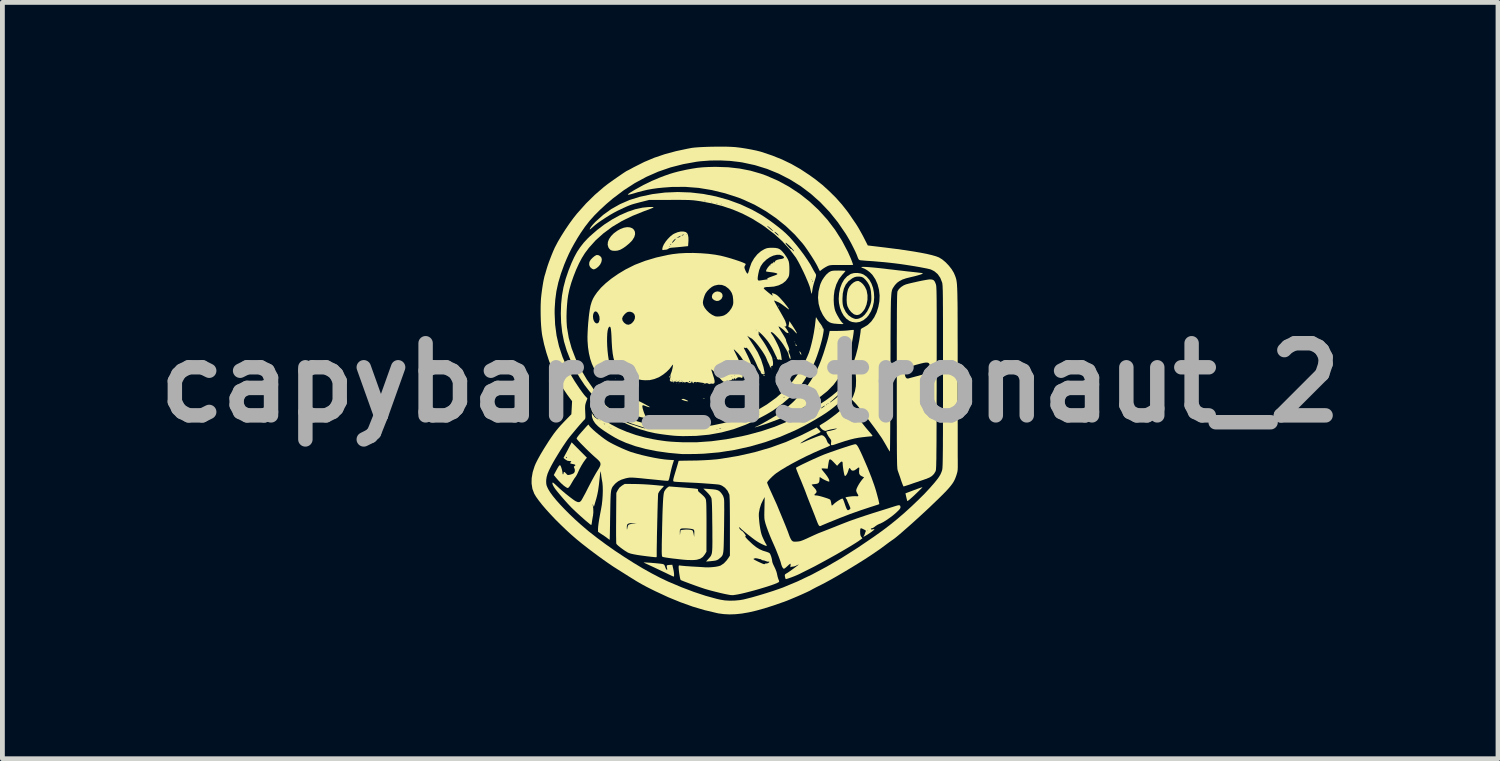
<source format=kicad_pcb>
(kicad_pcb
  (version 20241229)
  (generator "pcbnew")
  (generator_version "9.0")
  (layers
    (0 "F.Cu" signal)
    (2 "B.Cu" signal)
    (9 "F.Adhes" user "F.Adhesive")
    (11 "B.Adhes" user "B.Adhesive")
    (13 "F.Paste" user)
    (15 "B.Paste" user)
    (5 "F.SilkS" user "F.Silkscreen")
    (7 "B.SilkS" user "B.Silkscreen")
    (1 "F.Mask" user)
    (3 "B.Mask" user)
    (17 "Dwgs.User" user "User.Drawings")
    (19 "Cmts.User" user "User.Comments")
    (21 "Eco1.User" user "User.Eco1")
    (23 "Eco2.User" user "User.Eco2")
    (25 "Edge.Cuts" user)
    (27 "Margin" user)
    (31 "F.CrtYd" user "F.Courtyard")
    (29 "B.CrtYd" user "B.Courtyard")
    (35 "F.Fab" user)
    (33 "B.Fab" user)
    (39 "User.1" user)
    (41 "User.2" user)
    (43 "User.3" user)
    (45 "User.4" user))
  (footprint "capybara_astronaut_2"
    (layer "F.Cu")
    (at 12.55 4.909)
    (property "Reference" "capybara_astronaut_2" (at 0 0 0) (layer "F.Fab") (effects (font (size 1.5 1.5) (thickness 0.3))))
    (attr board_only exclude_from_pos_files exclude_from_bom)
    (fp_poly (pts (xy -2.801 -0.088) (xy -2.807 -0.082) (xy -2.813 -0.088) (xy -2.807 -0.094)) (stroke (width 0) (type solid)) (fill yes) (layer "F.SilkS"))
    (fp_poly (pts (xy -2.122 0.744) (xy -2.127 0.75) (xy -2.133 0.744) (xy -2.127 0.738)) (stroke (width 0) (type solid)) (fill yes) (layer "F.SilkS"))
    (fp_poly (pts (xy -1.524 0.006) (xy -1.53 0.012) (xy -1.535 0.006) (xy -1.53 0)) (stroke (width 0) (type solid)) (fill yes) (layer "F.SilkS"))
    (fp_poly (pts (xy -1.477 0.006) (xy -1.483 0.012) (xy -1.489 0.006) (xy -1.483 0)) (stroke (width 0) (type solid)) (fill yes) (layer "F.SilkS"))
    (fp_poly (pts (xy -1.207 -0.006) (xy -1.213 0) (xy -1.219 -0.006) (xy -1.213 -0.012)) (stroke (width 0) (type solid)) (fill yes) (layer "F.SilkS"))
    (fp_poly (pts (xy -0.973 0.029) (xy -0.979 0.035) (xy -0.985 0.029) (xy -0.979 0.023)) (stroke (width 0) (type solid)) (fill yes) (layer "F.SilkS"))
    (fp_poly (pts (xy 0.457 -0.287) (xy 0.451 -0.281) (xy 0.445 -0.287) (xy 0.451 -0.293)) (stroke (width 0) (type solid)) (fill yes) (layer "F.SilkS"))
    (fp_poly (pts (xy 0.516 -0.498) (xy 0.51 -0.492) (xy 0.504 -0.498) (xy 0.51 -0.504)) (stroke (width 0) (type solid)) (fill yes) (layer "F.SilkS"))
    (fp_poly (pts (xy 0.82 -1.014) (xy 0.815 -1.008) (xy 0.809 -1.014) (xy 0.815 -1.02)) (stroke (width 0) (type solid)) (fill yes) (layer "F.SilkS"))
    (fp_poly (pts (xy 0.926 -0.85) (xy 0.92 -0.844) (xy 0.914 -0.85) (xy 0.92 -0.856)) (stroke (width 0) (type solid)) (fill yes) (layer "F.SilkS"))
    (fp_poly (pts (xy 0.949 -0.815) (xy 0.944 -0.809) (xy 0.938 -0.815) (xy 0.944 -0.82)) (stroke (width 0) (type solid)) (fill yes) (layer "F.SilkS"))
    (fp_poly (pts (xy 0.584 -1.601) (xy 0.597 -1.59) (xy 0.598 -1.588) (xy 0.592 -1.583) (xy 0.581 -1.594) (xy 0.579 -1.596) (xy 0.578 -1.604)) (stroke (width 0) (type solid)) (fill yes) (layer "F.SilkS"))
    (fp_poly (pts (xy -1.665 -0.134) (xy -1.664 -0.13) (xy -1.673 -0.114) (xy -1.676 -0.111) (xy -1.687 -0.112) (xy -1.688 -0.116) (xy -1.679 -0.132) (xy -1.676 -0.135)) (stroke (width 0) (type solid)) (fill yes) (layer "F.SilkS"))
    (fp_poly (pts (xy -1.117 -0.004) (xy -1.119 0) (xy -1.13 0.011) (xy -1.132 0.012) (xy -1.133 0.004) (xy -1.131 0) (xy -1.12 -0.011) (xy -1.118 -0.012)) (stroke (width 0) (type solid)) (fill yes) (layer "F.SilkS"))
    (fp_poly (pts (xy -0.946 0.332) (xy -0.946 0.336) (xy -0.964 0.338) (xy -0.967 0.338) (xy -0.985 0.336) (xy -0.983 0.332) (xy -0.981 0.332) (xy -0.956 0.33)) (stroke (width 0) (type solid)) (fill yes) (layer "F.SilkS"))
    (fp_poly (pts (xy 0.296 -0.156) (xy 0.299 -0.152) (xy 0.298 -0.142) (xy 0.294 -0.141) (xy 0.278 -0.149) (xy 0.275 -0.152) (xy 0.276 -0.163) (xy 0.28 -0.164)) (stroke (width 0) (type solid)) (fill yes) (layer "F.SilkS"))
    (fp_poly (pts (xy 0.961 -0.788) (xy 0.965 -0.779) (xy 0.97 -0.765) (xy 0.97 -0.763) (xy 0.958 -0.767) (xy 0.952 -0.77) (xy 0.94 -0.781) (xy 0.94 -0.794) (xy 0.948 -0.797)) (stroke (width 0) (type solid)) (fill yes) (layer "F.SilkS"))
    (fp_poly (pts (xy 1.034 -0.649) (xy 1.047 -0.632) (xy 1.058 -0.61) (xy 1.064 -0.589) (xy 1.064 -0.584) (xy 1.056 -0.583) (xy 1.043 -0.6) (xy 1.038 -0.608) (xy 1.027 -0.634) (xy 1.023 -0.651) (xy 1.024 -0.653)) (stroke (width 0) (type solid)) (fill yes) (layer "F.SilkS"))
    (fp_poly (pts (xy -1.368 0.341) (xy -1.333 0.356) (xy -1.301 0.372) (xy -1.289 0.381) (xy -1.294 0.385) (xy -1.301 0.385) (xy -1.331 0.382) (xy -1.369 0.372) (xy -1.377 0.369) (xy -1.407 0.358) (xy -1.427 0.352) (xy -1.43 0.351) (xy -1.426 0.346) (xy -1.415 0.339) (xy -1.396 0.334)) (stroke (width 0) (type solid)) (fill yes) (layer "F.SilkS"))
    (fp_poly (pts (xy -0.632 -1.89) (xy -0.596 -1.866) (xy -0.577 -1.833) (xy -0.575 -1.793) (xy -0.594 -1.751) (xy -0.609 -1.734) (xy -0.651 -1.706) (xy -0.698 -1.7) (xy -0.744 -1.716) (xy -0.75 -1.719) (xy -0.78 -1.743) (xy -0.793 -1.766) (xy -0.797 -1.797) (xy -0.786 -1.836) (xy -0.758 -1.87) (xy -0.719 -1.892) (xy -0.682 -1.899)) (stroke (width 0) (type solid)) (fill yes) (layer "F.SilkS"))
    (fp_poly (pts (xy 0.869 -1.201) (xy 0.913 -1.133) (xy 0.944 -1.082) (xy 0.963 -1.048) (xy 0.97 -1.029) (xy 0.97 -1.024) (xy 0.96 -1.029) (xy 0.94 -1.048) (xy 0.919 -1.072) (xy 0.886 -1.106) (xy 0.85 -1.134) (xy 0.83 -1.145) (xy 0.804 -1.16) (xy 0.793 -1.174) (xy 0.794 -1.177) (xy 0.801 -1.196) (xy 0.807 -1.228) (xy 0.808 -1.236) (xy 0.815 -1.282)) (stroke (width 0) (type solid)) (fill yes) (layer "F.SilkS"))
    (fp_poly (pts (xy -2.758 -0.022) (xy -2.738 -0.007) (xy -2.712 0.015) (xy -2.661 0.056) (xy -2.593 0.098) (xy -2.517 0.139) (xy -2.44 0.174) (xy -2.385 0.194) (xy -2.343 0.208) (xy -2.324 0.217) (xy -2.327 0.22) (xy -2.353 0.217) (xy -2.387 0.21) (xy -2.484 0.182) (xy -2.58 0.135) (xy -2.667 0.076) (xy -2.689 0.057) (xy -2.723 0.024) (xy -2.75 -0.003) (xy -2.765 -0.02) (xy -2.766 -0.024)) (stroke (width 0) (type solid)) (fill yes) (layer "F.SilkS"))
    (fp_poly (pts (xy 3.582 2.172) (xy 3.575 2.181) (xy 3.554 2.203) (xy 3.52 2.236) (xy 3.478 2.277) (xy 3.428 2.325) (xy 3.428 2.325) (xy 3.373 2.376) (xy 3.327 2.417) (xy 3.293 2.445) (xy 3.272 2.459) (xy 3.266 2.459) (xy 3.261 2.44) (xy 3.252 2.406) (xy 3.244 2.372) (xy 3.228 2.3) (xy 3.323 2.264) (xy 3.41 2.231) (xy 3.48 2.205) (xy 3.534 2.186) (xy 3.568 2.175) (xy 3.582 2.172)) (stroke (width 0) (type solid)) (fill yes) (layer "F.SilkS"))
    (fp_poly (pts (xy -3.158 -2.654) (xy -3.122 -2.635) (xy -3.095 -2.602) (xy -3.092 -2.597) (xy -3.086 -2.555) (xy -3.096 -2.507) (xy -3.121 -2.458) (xy -3.158 -2.414) (xy -3.203 -2.378) (xy -3.213 -2.373) (xy -3.242 -2.36) (xy -3.262 -2.358) (xy -3.286 -2.369) (xy -3.292 -2.372) (xy -3.329 -2.405) (xy -3.348 -2.449) (xy -3.347 -2.498) (xy -3.335 -2.53) (xy -3.313 -2.563) (xy -3.279 -2.598) (xy -3.241 -2.63) (xy -3.207 -2.651) (xy -3.194 -2.656)) (stroke (width 0) (type solid)) (fill yes) (layer "F.SilkS"))
    (fp_poly (pts (xy -2.5 -3.231) (xy -2.451 -3.212) (xy -2.417 -3.18) (xy -2.397 -3.138) (xy -2.394 -3.088) (xy -2.41 -3.031) (xy -2.447 -2.97) (xy -2.469 -2.943) (xy -2.519 -2.894) (xy -2.578 -2.845) (xy -2.639 -2.801) (xy -2.696 -2.769) (xy -2.712 -2.762) (xy -2.759 -2.748) (xy -2.811 -2.743) (xy -2.86 -2.746) (xy -2.898 -2.757) (xy -2.904 -2.761) (xy -2.929 -2.785) (xy -2.948 -2.813) (xy -2.964 -2.868) (xy -2.959 -2.928) (xy -2.935 -2.989) (xy -2.893 -3.05) (xy -2.835 -3.109) (xy -2.762 -3.162) (xy -2.705 -3.194) (xy -2.628 -3.224) (xy -2.559 -3.236)) (stroke (width 0) (type solid)) (fill yes) (layer "F.SilkS"))
    (fp_poly (pts (xy 2.254 -2.115) (xy 2.301 -2.089) (xy 2.347 -2.047) (xy 2.387 -1.992) (xy 2.416 -1.931) (xy 2.422 -1.914) (xy 2.439 -1.82) (xy 2.438 -1.723) (xy 2.42 -1.629) (xy 2.386 -1.544) (xy 2.363 -1.507) (xy 2.315 -1.451) (xy 2.267 -1.417) (xy 2.218 -1.407) (xy 2.168 -1.419) (xy 2.15 -1.429) (xy 2.1 -1.47) (xy 2.056 -1.525) (xy 2.024 -1.588) (xy 2.02 -1.599) (xy 2.009 -1.654) (xy 2.005 -1.724) (xy 2.008 -1.8) (xy 2.017 -1.873) (xy 2.032 -1.936) (xy 2.04 -1.955) (xy 2.069 -2.006) (xy 2.108 -2.051) (xy 2.152 -2.087) (xy 2.198 -2.11) (xy 2.239 -2.117)) (stroke (width 0) (type solid)) (fill yes) (layer "F.SilkS"))
    (fp_poly (pts (xy -2.345 0.368) (xy -2.315 0.382) (xy -2.275 0.401) (xy -2.23 0.424) (xy -2.184 0.449) (xy -2.142 0.472) (xy -2.109 0.49) (xy -2.09 0.503) (xy -2.087 0.506) (xy -2.096 0.509) (xy -2.123 0.503) (xy -2.164 0.489) (xy -2.194 0.477) (xy -2.225 0.467) (xy -2.24 0.471) (xy -2.243 0.492) (xy -2.238 0.527) (xy -2.226 0.569) (xy -2.211 0.616) (xy -2.193 0.661) (xy -2.175 0.699) (xy -2.16 0.723) (xy -2.156 0.728) (xy -2.149 0.736) (xy -2.163 0.737) (xy -2.198 0.732) (xy -2.252 0.72) (xy -2.28 0.714) (xy -2.325 0.701) (xy -2.362 0.688) (xy -2.384 0.676) (xy -2.387 0.674) (xy -2.393 0.656) (xy -2.392 0.626) (xy -2.384 0.583) (xy -2.375 0.528) (xy -2.369 0.468) (xy -2.368 0.437) (xy -2.367 0.399) (xy -2.363 0.372) (xy -2.359 0.363)) (stroke (width 0) (type solid)) (fill yes) (layer "F.SilkS"))
    (fp_poly (pts (xy -2.175 3.737) (xy -2.131 3.74) (xy -2.078 3.743) (xy -2.02 3.748) (xy -1.962 3.753) (xy -1.909 3.758) (xy -1.864 3.763) (xy -1.834 3.767) (xy -1.827 3.768) (xy -1.801 3.776) (xy -1.784 3.79) (xy -1.772 3.819) (xy -1.768 3.83) (xy -1.756 3.862) (xy -1.742 3.884) (xy -1.731 3.892) (xy -1.725 3.885) (xy -1.728 3.861) (xy -1.736 3.823) (xy -1.735 3.802) (xy -1.722 3.793) (xy -1.692 3.789) (xy -1.68 3.788) (xy -1.62 3.785) (xy -1.601 3.867) (xy -1.59 3.922) (xy -1.584 3.97) (xy -1.583 4.007) (xy -1.586 4.028) (xy -1.591 4.031) (xy -1.605 4.026) (xy -1.635 4.013) (xy -1.674 3.994) (xy -1.694 3.985) (xy -1.762 3.952) (xy -1.84 3.915) (xy -1.92 3.877) (xy -1.998 3.84) (xy -2.069 3.807) (xy -2.125 3.781) (xy -2.142 3.773) (xy -2.179 3.756) (xy -2.205 3.743) (xy -2.215 3.736) (xy -2.215 3.736) (xy -2.204 3.736)) (stroke (width 0) (type solid)) (fill yes) (layer "F.SilkS"))
    (fp_poly (pts (xy 1.893 -2.332) (xy 1.938 -2.33) (xy 1.969 -2.328) (xy 1.981 -2.325) (xy 1.981 -2.325) (xy 1.973 -2.314) (xy 1.954 -2.29) (xy 1.926 -2.258) (xy 1.917 -2.249) (xy 1.844 -2.154) (xy 1.79 -2.044) (xy 1.754 -1.924) (xy 1.751 -1.904) (xy 1.739 -1.812) (xy 1.736 -1.716) (xy 1.741 -1.625) (xy 1.754 -1.544) (xy 1.767 -1.496) (xy 1.787 -1.45) (xy 1.814 -1.398) (xy 1.845 -1.345) (xy 1.876 -1.296) (xy 1.904 -1.259) (xy 1.926 -1.237) (xy 1.938 -1.227) (xy 1.937 -1.222) (xy 1.919 -1.22) (xy 1.882 -1.221) (xy 1.881 -1.221) (xy 1.828 -1.223) (xy 1.772 -1.228) (xy 1.746 -1.23) (xy 1.69 -1.241) (xy 1.643 -1.26) (xy 1.602 -1.289) (xy 1.563 -1.333) (xy 1.521 -1.394) (xy 1.508 -1.415) (xy 1.454 -1.526) (xy 1.422 -1.645) (xy 1.41 -1.77) (xy 1.42 -1.899) (xy 1.452 -2.029) (xy 1.465 -2.066) (xy 1.495 -2.13) (xy 1.536 -2.193) (xy 1.581 -2.249) (xy 1.628 -2.291) (xy 1.644 -2.302) (xy 1.668 -2.315) (xy 1.69 -2.324) (xy 1.717 -2.329) (xy 1.754 -2.332) (xy 1.806 -2.332) (xy 1.838 -2.333)) (stroke (width 0) (type solid)) (fill yes) (layer "F.SilkS"))
    (fp_poly (pts (xy -0.847 2.21) (xy -0.774 2.216) (xy -0.719 2.223) (xy -0.678 2.234) (xy -0.647 2.25) (xy -0.621 2.273) (xy -0.596 2.303) (xy -0.565 2.35) (xy -0.549 2.397) (xy -0.544 2.426) (xy -0.542 2.451) (xy -0.541 2.497) (xy -0.541 2.561) (xy -0.54 2.64) (xy -0.541 2.731) (xy -0.542 2.833) (xy -0.543 2.941) (xy -0.544 3.017) (xy -0.546 3.146) (xy -0.548 3.254) (xy -0.55 3.342) (xy -0.552 3.414) (xy -0.555 3.471) (xy -0.559 3.515) (xy -0.565 3.549) (xy -0.572 3.575) (xy -0.581 3.594) (xy -0.592 3.61) (xy -0.605 3.624) (xy -0.621 3.639) (xy -0.628 3.644) (xy -0.657 3.669) (xy -0.684 3.685) (xy -0.715 3.696) (xy -0.757 3.703) (xy -0.815 3.709) (xy -0.82 3.71) (xy -0.919 3.718) (xy -0.868 3.661) (xy -0.849 3.64) (xy -0.833 3.621) (xy -0.82 3.603) (xy -0.81 3.582) (xy -0.801 3.557) (xy -0.795 3.526) (xy -0.791 3.487) (xy -0.788 3.436) (xy -0.787 3.373) (xy -0.786 3.294) (xy -0.787 3.198) (xy -0.787 3.082) (xy -0.788 2.985) (xy -0.79 2.845) (xy -0.791 2.727) (xy -0.793 2.629) (xy -0.795 2.551) (xy -0.798 2.49) (xy -0.801 2.444) (xy -0.804 2.414) (xy -0.808 2.397) (xy -0.829 2.355) (xy -0.87 2.305) (xy -0.898 2.276) (xy -0.974 2.201)) (stroke (width 0) (type solid)) (fill yes) (layer "F.SilkS"))
    (fp_poly (pts (xy 2.152 -1.098) (xy 2.153 -1.098) (xy 2.154 -1.083) (xy 2.151 -1.05) (xy 2.145 -1.002) (xy 2.136 -0.943) (xy 2.124 -0.878) (xy 2.112 -0.81) (xy 2.098 -0.744) (xy 2.085 -0.684) (xy 2.072 -0.633) (xy 2.072 -0.633) (xy 2.009 -0.438) (xy 1.932 -0.261) (xy 1.84 -0.102) (xy 1.733 0.042) (xy 1.609 0.169) (xy 1.469 0.282) (xy 1.45 0.295) (xy 1.305 0.392) (xy 1.166 0.478) (xy 1.029 0.556) (xy 0.889 0.627) (xy 0.742 0.695) (xy 0.583 0.761) (xy 0.407 0.827) (xy 0.307 0.863) (xy 0.246 0.883) (xy 0.193 0.901) (xy 0.149 0.914) (xy 0.116 0.923) (xy 0.097 0.927) (xy 0.093 0.926) (xy 0.108 0.918) (xy 0.142 0.904) (xy 0.172 0.89) (xy 0.218 0.866) (xy 0.275 0.835) (xy 0.339 0.799) (xy 0.406 0.76) (xy 0.47 0.722) (xy 0.529 0.687) (xy 0.574 0.658) (xy 0.738 0.538) (xy 0.895 0.398) (xy 1.043 0.244) (xy 1.176 0.079) (xy 1.262 -0.047) (xy 1.324 -0.149) (xy 1.379 -0.25) (xy 1.428 -0.356) (xy 1.474 -0.47) (xy 1.52 -0.598) (xy 1.557 -0.715) (xy 1.581 -0.794) (xy 1.6 -0.856) (xy 1.614 -0.908) (xy 1.626 -0.954) (xy 1.637 -1.001) (xy 1.646 -1.046) (xy 1.653 -1.078) (xy 1.81 -1.078) (xy 1.879 -1.079) (xy 1.949 -1.082) (xy 2.011 -1.086) (xy 2.057 -1.091) (xy 2.101 -1.096) (xy 2.134 -1.099)) (stroke (width 0) (type solid)) (fill yes) (layer "F.SilkS"))
    (fp_poly (pts (xy 2.301 -2.272) (xy 2.352 -2.253) (xy 2.421 -2.205) (xy 2.478 -2.14) (xy 2.522 -2.061) (xy 2.554 -1.973) (xy 2.572 -1.877) (xy 2.578 -1.777) (xy 2.57 -1.676) (xy 2.548 -1.578) (xy 2.512 -1.486) (xy 2.461 -1.402) (xy 2.421 -1.355) (xy 2.353 -1.3) (xy 2.279 -1.265) (xy 2.201 -1.253) (xy 2.122 -1.263) (xy 2.066 -1.284) (xy 2.002 -1.329) (xy 1.946 -1.392) (xy 1.901 -1.47) (xy 1.867 -1.56) (xy 1.846 -1.658) (xy 1.84 -1.743) (xy 1.84 -1.746) (xy 1.918 -1.746) (xy 1.919 -1.683) (xy 1.923 -1.636) (xy 1.931 -1.597) (xy 1.943 -1.559) (xy 1.945 -1.556) (xy 1.988 -1.47) (xy 2.042 -1.404) (xy 2.108 -1.357) (xy 2.155 -1.336) (xy 2.191 -1.326) (xy 2.228 -1.328) (xy 2.263 -1.336) (xy 2.324 -1.365) (xy 2.381 -1.415) (xy 2.433 -1.484) (xy 2.476 -1.57) (xy 2.498 -1.626) (xy 2.51 -1.667) (xy 2.517 -1.704) (xy 2.519 -1.746) (xy 2.518 -1.8) (xy 2.517 -1.821) (xy 2.51 -1.905) (xy 2.496 -1.972) (xy 2.475 -2.029) (xy 2.444 -2.082) (xy 2.429 -2.103) (xy 2.389 -2.151) (xy 2.355 -2.182) (xy 2.32 -2.2) (xy 2.278 -2.207) (xy 2.252 -2.208) (xy 2.207 -2.205) (xy 2.171 -2.196) (xy 2.132 -2.177) (xy 2.116 -2.167) (xy 2.043 -2.112) (xy 1.987 -2.042) (xy 1.948 -1.958) (xy 1.925 -1.857) (xy 1.918 -1.746) (xy 1.84 -1.746) (xy 1.848 -1.861) (xy 1.871 -1.97) (xy 1.907 -2.066) (xy 1.955 -2.148) (xy 2.015 -2.213) (xy 2.085 -2.259) (xy 2.095 -2.264) (xy 2.158 -2.281) (xy 2.23 -2.283)) (stroke (width 0) (type solid)) (fill yes) (layer "F.SilkS"))
    (fp_poly (pts (xy 2.032 0.468) (xy 2.035 0.47) (xy 2.057 0.487) (xy 2.089 0.521) (xy 2.129 0.568) (xy 2.174 0.625) (xy 2.222 0.689) (xy 2.27 0.757) (xy 2.289 0.785) (xy 2.322 0.831) (xy 2.365 0.886) (xy 2.411 0.943) (xy 2.446 0.984) (xy 2.483 1.027) (xy 2.514 1.063) (xy 2.535 1.09) (xy 2.543 1.104) (xy 2.544 1.104) (xy 2.534 1.112) (xy 2.523 1.114) (xy 2.504 1.115) (xy 2.467 1.118) (xy 2.417 1.123) (xy 2.358 1.13) (xy 2.344 1.131) (xy 2.256 1.143) (xy 2.169 1.159) (xy 2.077 1.182) (xy 1.976 1.211) (xy 1.861 1.249) (xy 1.824 1.261) (xy 1.764 1.282) (xy 1.722 1.295) (xy 1.696 1.299) (xy 1.682 1.295) (xy 1.678 1.282) (xy 1.68 1.26) (xy 1.681 1.248) (xy 1.685 1.212) (xy 1.679 1.187) (xy 1.66 1.161) (xy 1.659 1.159) (xy 1.636 1.128) (xy 1.613 1.091) (xy 1.594 1.055) (xy 1.584 1.029) (xy 1.582 1.022) (xy 1.593 1.013) (xy 1.618 1.006) (xy 1.626 1.005) (xy 1.661 0.999) (xy 1.701 0.989) (xy 1.741 0.978) (xy 1.775 0.967) (xy 1.797 0.958) (xy 1.801 0.953) (xy 1.787 0.952) (xy 1.757 0.956) (xy 1.716 0.963) (xy 1.673 0.971) (xy 1.633 0.981) (xy 1.602 0.99) (xy 1.588 0.996) (xy 1.565 1.002) (xy 1.533 0.993) (xy 1.5 0.973) (xy 1.471 0.945) (xy 1.467 0.94) (xy 1.45 0.914) (xy 1.442 0.897) (xy 1.442 0.895) (xy 1.451 0.884) (xy 1.476 0.867) (xy 1.509 0.847) (xy 1.567 0.811) (xy 1.636 0.764) (xy 1.71 0.709) (xy 1.784 0.653) (xy 1.851 0.597) (xy 1.907 0.548) (xy 1.925 0.531) (xy 1.962 0.495) (xy 1.987 0.473) (xy 2.004 0.463) (xy 2.017 0.462)) (stroke (width 0) (type solid)) (fill yes) (layer "F.SilkS"))
    (fp_poly (pts (xy -2.41 2.105) (xy -2.322 2.107) (xy -2.222 2.111) (xy -2.121 2.117) (xy -2.03 2.124) (xy -2.009 2.126) (xy -1.942 2.132) (xy -1.884 2.138) (xy -1.837 2.142) (xy -1.807 2.144) (xy -1.797 2.145) (xy -1.799 2.153) (xy -1.815 2.173) (xy -1.841 2.201) (xy -1.847 2.207) (xy -1.889 2.258) (xy -1.912 2.3) (xy -1.914 2.31) (xy -1.916 2.329) (xy -1.918 2.369) (xy -1.92 2.427) (xy -1.923 2.5) (xy -1.925 2.585) (xy -1.928 2.68) (xy -1.93 2.783) (xy -1.933 2.889) (xy -1.935 2.997) (xy -1.938 3.104) (xy -1.94 3.206) (xy -1.941 3.303) (xy -1.943 3.389) (xy -1.944 3.463) (xy -1.944 3.523) (xy -1.944 3.565) (xy -1.944 3.585) (xy -1.944 3.613) (xy -1.95 3.628) (xy -1.952 3.628) (xy -1.967 3.628) (xy -2.001 3.625) (xy -2.049 3.62) (xy -2.108 3.613) (xy -2.133 3.61) (xy -2.25 3.595) (xy -2.346 3.581) (xy -2.422 3.567) (xy -2.481 3.554) (xy -2.524 3.54) (xy -2.553 3.526) (xy -2.606 3.493) (xy -2.659 3.456) (xy -2.707 3.42) (xy -2.747 3.387) (xy -2.774 3.361) (xy -2.785 3.345) (xy -2.786 3.328) (xy -2.787 3.291) (xy -2.788 3.235) (xy -2.789 3.163) (xy -2.789 3.078) (xy -2.789 3.01) (xy -2.566 3.01) (xy -2.565 3.042) (xy -2.562 3.052) (xy -2.558 3.039) (xy -2.551 3.003) (xy -2.55 2.999) (xy -2.543 2.973) (xy -2.531 2.955) (xy -2.508 2.944) (xy -2.469 2.935) (xy -2.432 2.93) (xy -2.362 2.922) (xy -2.446 2.92) (xy -2.501 2.921) (xy -2.536 2.93) (xy -2.557 2.948) (xy -2.565 2.979) (xy -2.566 3.01) (xy -2.789 3.01) (xy -2.789 2.982) (xy -2.788 2.878) (xy -2.788 2.806) (xy -2.784 2.291) (xy -2.754 2.233) (xy -2.718 2.18) (xy -2.667 2.139) (xy -2.667 2.139) (xy -2.61 2.104)) (stroke (width 0) (type solid)) (fill yes) (layer "F.SilkS"))
    (fp_poly (pts (xy -3.555 1.398) (xy -3.396 1.558) (xy -3.424 1.592) (xy -3.467 1.652) (xy -3.511 1.724) (xy -3.551 1.798) (xy -3.576 1.853) (xy -3.596 1.897) (xy -3.618 1.937) (xy -3.636 1.963) (xy -3.654 1.987) (xy -3.678 2.025) (xy -3.705 2.071) (xy -3.716 2.09) (xy -3.749 2.145) (xy -3.775 2.178) (xy -3.792 2.189) (xy -3.813 2.183) (xy -3.846 2.162) (xy -3.887 2.131) (xy -3.888 2.13) (xy -3.933 2.089) (xy -3.982 2.039) (xy -4.022 1.994) (xy -4.084 1.919) (xy -4.04 1.836) (xy -4.009 1.78) (xy -3.987 1.743) (xy -3.971 1.722) (xy -3.959 1.715) (xy -3.951 1.716) (xy -3.94 1.733) (xy -3.928 1.764) (xy -3.916 1.804) (xy -3.907 1.844) (xy -3.903 1.877) (xy -3.903 1.878) (xy -3.9 1.9) (xy -3.891 1.905) (xy -3.882 1.888) (xy -3.88 1.875) (xy -3.875 1.855) (xy -3.86 1.857) (xy -3.836 1.879) (xy -3.828 1.888) (xy -3.808 1.91) (xy -3.792 1.919) (xy -3.769 1.917) (xy -3.742 1.911) (xy -3.704 1.899) (xy -3.674 1.884) (xy -3.666 1.879) (xy -3.649 1.85) (xy -3.646 1.811) (xy -3.657 1.774) (xy -3.66 1.769) (xy -3.668 1.749) (xy -3.659 1.737) (xy -3.654 1.734) (xy -3.636 1.718) (xy -3.64 1.705) (xy -3.668 1.694) (xy -3.672 1.694) (xy -3.714 1.685) (xy -3.738 1.678) (xy -3.745 1.671) (xy -3.74 1.661) (xy -3.732 1.652) (xy -3.721 1.637) (xy -3.724 1.631) (xy -3.746 1.629) (xy -3.758 1.629) (xy -3.804 1.62) (xy -3.843 1.596) (xy -3.883 1.563) (xy -3.877 1.552) (xy -3.833 1.552) (xy -3.829 1.569) (xy -3.819 1.564) (xy -3.816 1.56) (xy -3.817 1.545) (xy -3.821 1.541) (xy -3.831 1.544) (xy -3.833 1.552) (xy -3.877 1.552) (xy -3.827 1.458) (xy -3.799 1.406) (xy -3.772 1.354) (xy -3.75 1.311) (xy -3.742 1.296) (xy -3.713 1.239)) (stroke (width 0) (type solid)) (fill yes) (layer "F.SilkS"))
    (fp_poly (pts (xy -0.456 -4.481) (xy -0.22 -4.454) (xy 0.005 -4.41) (xy 0.223 -4.347) (xy 0.335 -4.307) (xy 0.578 -4.201) (xy 0.809 -4.075) (xy 1.029 -3.93) (xy 1.235 -3.767) (xy 1.427 -3.587) (xy 1.604 -3.391) (xy 1.764 -3.181) (xy 1.907 -2.956) (xy 2.032 -2.719) (xy 2.094 -2.579) (xy 2.113 -2.53) (xy 2.128 -2.489) (xy 2.137 -2.462) (xy 2.139 -2.452) (xy 2.126 -2.45) (xy 2.094 -2.449) (xy 2.045 -2.448) (xy 1.983 -2.448) (xy 1.912 -2.448) (xy 1.896 -2.448) (xy 1.815 -2.449) (xy 1.754 -2.449) (xy 1.709 -2.448) (xy 1.675 -2.445) (xy 1.65 -2.441) (xy 1.63 -2.435) (xy 1.61 -2.427) (xy 1.6 -2.422) (xy 1.556 -2.398) (xy 1.512 -2.37) (xy 1.496 -2.358) (xy 1.469 -2.337) (xy 1.452 -2.324) (xy 1.449 -2.322) (xy 1.444 -2.332) (xy 1.43 -2.358) (xy 1.411 -2.396) (xy 1.401 -2.418) (xy 1.372 -2.472) (xy 1.333 -2.539) (xy 1.286 -2.614) (xy 1.235 -2.692) (xy 1.184 -2.768) (xy 1.136 -2.836) (xy 1.095 -2.89) (xy 0.928 -3.08) (xy 0.742 -3.257) (xy 0.541 -3.42) (xy 0.326 -3.567) (xy 0.101 -3.696) (xy -0.134 -3.805) (xy -0.249 -3.851) (xy -0.524 -3.94) (xy -0.8 -4.007) (xy -1.074 -4.052) (xy -1.347 -4.073) (xy -1.618 -4.072) (xy -1.676 -4.068) (xy -1.812 -4.058) (xy -1.93 -4.046) (xy -2.036 -4.031) (xy -2.136 -4.013) (xy -2.237 -3.989) (xy -2.344 -3.961) (xy -2.402 -3.943) (xy -2.468 -3.924) (xy -2.514 -3.913) (xy -2.539 -3.91) (xy -2.544 -3.916) (xy -2.528 -3.932) (xy -2.491 -3.957) (xy -2.433 -3.993) (xy -2.397 -4.014) (xy -2.221 -4.112) (xy -2.046 -4.197) (xy -1.882 -4.266) (xy -1.774 -4.307) (xy -1.677 -4.341) (xy -1.585 -4.369) (xy -1.49 -4.394) (xy -1.382 -4.418) (xy -1.328 -4.43) (xy -1.208 -4.452) (xy -1.098 -4.469) (xy -0.989 -4.48) (xy -0.875 -4.486) (xy -0.748 -4.489) (xy -0.705 -4.489)) (stroke (width 0) (type solid)) (fill yes) (layer "F.SilkS"))
    (fp_poly (pts (xy -1.342 -3.134) (xy -1.313 -3.112) (xy -1.295 -3.076) (xy -1.285 -3.022) (xy -1.284 -2.955) (xy -1.286 -2.924) (xy -1.292 -2.841) (xy -1.434 -2.826) (xy -1.495 -2.82) (xy -1.553 -2.815) (xy -1.601 -2.811) (xy -1.629 -2.809) (xy -1.672 -2.803) (xy -1.701 -2.788) (xy -1.702 -2.787) (xy -1.729 -2.771) (xy -1.757 -2.766) (xy -1.789 -2.764) (xy -1.81 -2.759) (xy -1.824 -2.76) (xy -1.829 -2.779) (xy -1.829 -2.781) (xy -1.819 -2.825) (xy -1.814 -2.837) (xy -1.676 -2.837) (xy -1.672 -2.827) (xy -1.668 -2.829) (xy -1.667 -2.843) (xy -1.668 -2.844) (xy -1.675 -2.843) (xy -1.676 -2.837) (xy -1.814 -2.837) (xy -1.803 -2.861) (xy -1.661 -2.861) (xy -1.653 -2.867) (xy -1.651 -2.869) (xy -1.642 -2.884) (xy -1.643 -2.89) (xy -1.652 -2.886) (xy -1.658 -2.875) (xy -1.661 -2.861) (xy -1.803 -2.861) (xy -1.795 -2.879) (xy -1.773 -2.912) (xy -1.627 -2.912) (xy -1.624 -2.907) (xy -1.614 -2.915) (xy -1.593 -2.934) (xy -1.583 -2.945) (xy -1.56 -2.972) (xy -1.549 -2.99) (xy -1.551 -2.996) (xy -1.565 -2.987) (xy -1.578 -2.976) (xy -1.6 -2.953) (xy -1.618 -2.929) (xy -1.627 -2.912) (xy -1.773 -2.912) (xy -1.758 -2.936) (xy -1.712 -2.992) (xy -1.702 -3.002) (xy -1.535 -3.002) (xy -1.529 -3.006) (xy -1.521 -3.011) (xy -1.501 -3.021) (xy -1.492 -3.021) (xy -1.478 -3.024) (xy -1.459 -3.038) (xy -1.444 -3.053) (xy -1.446 -3.056) (xy -1.467 -3.048) (xy -1.471 -3.046) (xy -1.502 -3.03) (xy -1.524 -3.014) (xy -1.535 -3.002) (xy -1.702 -3.002) (xy -1.662 -3.043) (xy -1.637 -3.062) (xy -1.427 -3.062) (xy -1.419 -3.061) (xy -1.397 -3.068) (xy -1.389 -3.071) (xy -1.376 -3.079) (xy -1.383 -3.082) (xy -1.408 -3.076) (xy -1.418 -3.071) (xy -1.427 -3.062) (xy -1.637 -3.062) (xy -1.61 -3.084) (xy -1.602 -3.089) (xy -1.325 -3.089) (xy -1.319 -3.083) (xy -1.313 -3.089) (xy -1.319 -3.094) (xy -1.325 -3.089) (xy -1.602 -3.089) (xy -1.58 -3.101) (xy -1.513 -3.129) (xy -1.448 -3.144) (xy -1.39 -3.145)) (stroke (width 0) (type solid)) (fill yes) (layer "F.SilkS"))
    (fp_poly (pts (xy -1.457 2.174) (xy -1.353 2.182) (xy -1.271 2.189) (xy -1.207 2.194) (xy -1.159 2.199) (xy -1.126 2.203) (xy -1.104 2.207) (xy -1.092 2.211) (xy -1.086 2.216) (xy -1.085 2.221) (xy -1.087 2.227) (xy -1.083 2.251) (xy -1.071 2.267) (xy -1.017 2.313) (xy -0.979 2.348) (xy -0.953 2.375) (xy -0.937 2.397) (xy -0.926 2.418) (xy -0.924 2.424) (xy -0.92 2.441) (xy -0.917 2.468) (xy -0.914 2.507) (xy -0.912 2.56) (xy -0.911 2.628) (xy -0.91 2.715) (xy -0.909 2.82) (xy -0.909 2.947) (xy -0.909 2.99) (xy -0.91 3.513) (xy -0.942 3.567) (xy -0.985 3.622) (xy -1.039 3.659) (xy -1.109 3.68) (xy -1.163 3.686) (xy -1.217 3.687) (xy -1.273 3.686) (xy -1.313 3.685) (xy -1.378 3.68) (xy -1.45 3.673) (xy -1.525 3.664) (xy -1.599 3.656) (xy -1.669 3.647) (xy -1.731 3.638) (xy -1.78 3.63) (xy -1.814 3.623) (xy -1.827 3.618) (xy -1.831 3.612) (xy -1.835 3.599) (xy -1.837 3.578) (xy -1.839 3.546) (xy -1.84 3.501) (xy -1.839 3.441) (xy -1.839 3.363) (xy -1.837 3.265) (xy -1.835 3.194) (xy -1.833 3.1) (xy -1.464 3.1) (xy -1.463 3.109) (xy -1.462 3.171) (xy -1.455 3.118) (xy -1.448 3.065) (xy -1.383 3.056) (xy -1.331 3.052) (xy -1.279 3.054) (xy -1.235 3.059) (xy -1.205 3.069) (xy -1.197 3.075) (xy -1.189 3.094) (xy -1.18 3.127) (xy -1.176 3.147) (xy -1.166 3.206) (xy -1.163 3.136) (xy -1.162 3.093) (xy -1.167 3.067) (xy -1.178 3.052) (xy -1.178 3.052) (xy -1.201 3.043) (xy -1.241 3.036) (xy -1.29 3.031) (xy -1.342 3.028) (xy -1.389 3.028) (xy -1.425 3.031) (xy -1.44 3.035) (xy -1.455 3.047) (xy -1.462 3.066) (xy -1.464 3.1) (xy -1.833 3.1) (xy -1.832 3.022) (xy -1.828 2.872) (xy -1.825 2.743) (xy -1.821 2.632) (xy -1.817 2.539) (xy -1.813 2.462) (xy -1.809 2.399) (xy -1.804 2.349) (xy -1.799 2.31) (xy -1.793 2.281) (xy -1.786 2.26) (xy -1.783 2.253) (xy -1.759 2.217) (xy -1.731 2.186) (xy -1.724 2.181) (xy -1.689 2.156)) (stroke (width 0) (type solid)) (fill yes) (layer "F.SilkS"))
    (fp_poly (pts (xy 2.408 -2.408) (xy 2.481 -2.403) (xy 2.573 -2.395) (xy 2.682 -2.384) (xy 2.807 -2.37) (xy 2.878 -2.361) (xy 2.975 -2.35) (xy 3.075 -2.338) (xy 3.173 -2.327) (xy 3.264 -2.316) (xy 3.34 -2.308) (xy 3.387 -2.303) (xy 3.451 -2.296) (xy 3.508 -2.289) (xy 3.552 -2.284) (xy 3.58 -2.279) (xy 3.587 -2.278) (xy 3.588 -2.271) (xy 3.569 -2.26) (xy 3.532 -2.247) (xy 3.478 -2.231) (xy 3.41 -2.213) (xy 3.342 -2.197) (xy 3.244 -2.173) (xy 3.165 -2.146) (xy 3.103 -2.114) (xy 3.052 -2.077) (xy 3.009 -2.03) (xy 2.982 -1.991) (xy 2.974 -1.978) (xy 2.966 -1.966) (xy 2.959 -1.953) (xy 2.953 -1.939) (xy 2.948 -1.922) (xy 2.943 -1.901) (xy 2.938 -1.875) (xy 2.935 -1.843) (xy 2.932 -1.804) (xy 2.929 -1.756) (xy 2.926 -1.698) (xy 2.925 -1.629) (xy 2.923 -1.548) (xy 2.922 -1.454) (xy 2.921 -1.345) (xy 2.92 -1.221) (xy 2.919 -1.079) (xy 2.918 -0.92) (xy 2.918 -0.741) (xy 2.917 -0.542) (xy 2.917 -0.321) (xy 2.917 -0.194) (xy 2.916 -0.001) (xy 2.915 0.186) (xy 2.915 0.364) (xy 2.914 0.534) (xy 2.913 0.693) (xy 2.912 0.84) (xy 2.911 0.974) (xy 2.91 1.093) (xy 2.909 1.196) (xy 2.908 1.283) (xy 2.907 1.35) (xy 2.906 1.398) (xy 2.905 1.425) (xy 2.905 1.43) (xy 2.895 1.42) (xy 2.879 1.395) (xy 2.858 1.359) (xy 2.853 1.351) (xy 2.825 1.3) (xy 2.791 1.242) (xy 2.759 1.188) (xy 2.757 1.184) (xy 2.732 1.144) (xy 2.694 1.09) (xy 2.648 1.024) (xy 2.594 0.949) (xy 2.535 0.87) (xy 2.474 0.788) (xy 2.412 0.707) (xy 2.353 0.63) (xy 2.298 0.559) (xy 2.249 0.499) (xy 2.21 0.452) (xy 2.183 0.422) (xy 2.109 0.346) (xy 2.146 0.267) (xy 2.178 0.175) (xy 2.197 0.072) (xy 2.201 -0.046) (xy 2.199 -0.101) (xy 2.194 -0.173) (xy 2.186 -0.226) (xy 2.174 -0.265) (xy 2.157 -0.295) (xy 2.143 -0.313) (xy 2.118 -0.339) (xy 2.148 -0.419) (xy 2.196 -0.566) (xy 2.236 -0.72) (xy 2.268 -0.884) (xy 2.278 -0.948) (xy 2.287 -1.006) (xy 2.294 -1.053) (xy 2.297 -1.084) (xy 2.297 -1.091) (xy 2.3 -1.111) (xy 2.313 -1.126) (xy 2.339 -1.142) (xy 2.362 -1.153) (xy 2.444 -1.203) (xy 2.517 -1.273) (xy 2.579 -1.36) (xy 2.629 -1.463) (xy 2.665 -1.579) (xy 2.686 -1.692) (xy 2.691 -1.813) (xy 2.678 -1.933) (xy 2.648 -2.048) (xy 2.602 -2.152) (xy 2.542 -2.242) (xy 2.532 -2.253) (xy 2.488 -2.297) (xy 2.436 -2.337) (xy 2.385 -2.368) (xy 2.341 -2.386) (xy 2.318 -2.395) (xy 2.309 -2.404) (xy 2.32 -2.408) (xy 2.354 -2.41)) (stroke (width 0) (type solid)) (fill yes) (layer "F.SilkS"))
    (fp_poly (pts (xy 3.782 -2.146) (xy 3.816 -2.131) (xy 3.84 -2.1) (xy 3.86 -2.05) (xy 3.861 -2.048) (xy 3.863 -2.038) (xy 3.866 -2.026) (xy 3.868 -2.01) (xy 3.87 -1.989) (xy 3.871 -1.961) (xy 3.873 -1.927) (xy 3.874 -1.884) (xy 3.875 -1.832) (xy 3.876 -1.769) (xy 3.877 -1.695) (xy 3.877 -1.608) (xy 3.878 -1.508) (xy 3.878 -1.393) (xy 3.878 -1.261) (xy 3.878 -1.113) (xy 3.878 -0.947) (xy 3.878 -0.762) (xy 3.878 -0.556) (xy 3.877 -0.329) (xy 3.877 -0.094) (xy 3.877 0.154) (xy 3.876 0.379) (xy 3.876 0.582) (xy 3.875 0.766) (xy 3.875 0.93) (xy 3.874 1.077) (xy 3.874 1.206) (xy 3.873 1.32) (xy 3.872 1.419) (xy 3.871 1.504) (xy 3.871 1.576) (xy 3.869 1.637) (xy 3.868 1.688) (xy 3.867 1.729) (xy 3.865 1.762) (xy 3.864 1.787) (xy 3.862 1.807) (xy 3.86 1.821) (xy 3.857 1.832) (xy 3.855 1.839) (xy 3.854 1.842) (xy 3.822 1.895) (xy 3.781 1.937) (xy 3.727 1.971) (xy 3.653 2.001) (xy 3.651 2.001) (xy 3.601 2.019) (xy 3.535 2.041) (xy 3.463 2.066) (xy 3.391 2.09) (xy 3.372 2.097) (xy 3.312 2.118) (xy 3.259 2.135) (xy 3.219 2.148) (xy 3.194 2.155) (xy 3.189 2.157) (xy 3.182 2.146) (xy 3.17 2.118) (xy 3.154 2.076) (xy 3.136 2.025) (xy 3.117 1.966) (xy 3.097 1.909) (xy 3.08 1.861) (xy 3.071 1.834) (xy 3.068 1.826) (xy 3.065 1.816) (xy 3.063 1.804) (xy 3.06 1.789) (xy 3.059 1.768) (xy 3.057 1.742) (xy 3.055 1.709) (xy 3.054 1.669) (xy 3.053 1.619) (xy 3.052 1.558) (xy 3.051 1.487) (xy 3.05 1.403) (xy 3.05 1.305) (xy 3.049 1.193) (xy 3.049 1.064) (xy 3.049 0.919) (xy 3.048 0.756) (xy 3.048 0.573) (xy 3.048 0.371) (xy 3.048 0.146) (xy 3.048 -0.044) (xy 3.048 -0.216) (xy 3.212 -0.216) (xy 3.217 -0.161) (xy 3.23 -0.118) (xy 3.251 -0.093) (xy 3.278 -0.087) (xy 3.282 -0.088) (xy 3.299 -0.092) (xy 3.334 -0.102) (xy 3.384 -0.115) (xy 3.443 -0.131) (xy 3.481 -0.141) (xy 3.559 -0.162) (xy 3.618 -0.178) (xy 3.66 -0.191) (xy 3.688 -0.201) (xy 3.707 -0.211) (xy 3.718 -0.221) (xy 3.725 -0.233) (xy 3.728 -0.241) (xy 3.737 -0.282) (xy 3.739 -0.328) (xy 3.733 -0.37) (xy 3.721 -0.399) (xy 3.72 -0.401) (xy 3.704 -0.413) (xy 3.683 -0.419) (xy 3.653 -0.42) (xy 3.61 -0.414) (xy 3.553 -0.401) (xy 3.479 -0.381) (xy 3.437 -0.37) (xy 3.36 -0.347) (xy 3.303 -0.328) (xy 3.262 -0.311) (xy 3.236 -0.293) (xy 3.221 -0.273) (xy 3.213 -0.249) (xy 3.212 -0.218) (xy 3.212 -0.216) (xy 3.048 -0.216) (xy 3.048 -0.292) (xy 3.048 -0.518) (xy 3.048 -0.722) (xy 3.048 -0.906) (xy 3.049 -1.071) (xy 3.049 -1.217) (xy 3.05 -1.345) (xy 3.05 -1.458) (xy 3.051 -1.555) (xy 3.052 -1.638) (xy 3.053 -1.707) (xy 3.054 -1.764) (xy 3.055 -1.81) (xy 3.057 -1.845) (xy 3.059 -1.871) (xy 3.06 -1.889) (xy 3.063 -1.9) (xy 3.063 -1.902) (xy 3.092 -1.948) (xy 3.138 -1.991) (xy 3.192 -2.026) (xy 3.237 -2.045) (xy 3.288 -2.059) (xy 3.353 -2.075) (xy 3.425 -2.091) (xy 3.499 -2.108) (xy 3.572 -2.123) (xy 3.637 -2.135) (xy 3.691 -2.144) (xy 3.728 -2.149) (xy 3.735 -2.149)) (stroke (width 0) (type solid)) (fill yes) (layer "F.SilkS"))
    (fp_poly (pts (xy -3.358 0.874) (xy -3.356 0.879) (xy -3.341 0.903) (xy -3.309 0.937) (xy -3.265 0.979) (xy -3.212 1.026) (xy -3.152 1.075) (xy -3.09 1.124) (xy -3.028 1.17) (xy -2.97 1.209) (xy -2.96 1.216) (xy -2.908 1.246) (xy -2.841 1.281) (xy -2.763 1.319) (xy -2.682 1.357) (xy -2.603 1.391) (xy -2.532 1.42) (xy -2.479 1.44) (xy -2.371 1.472) (xy -2.252 1.504) (xy -2.128 1.533) (xy -2.003 1.559) (xy -1.885 1.58) (xy -1.778 1.595) (xy -1.698 1.602) (xy -1.585 1.609) (xy -1.612 1.692) (xy -1.626 1.74) (xy -1.642 1.802) (xy -1.657 1.867) (xy -1.666 1.908) (xy -1.678 1.964) (xy -1.687 2.002) (xy -1.695 2.024) (xy -1.704 2.035) (xy -1.714 2.039) (xy -1.723 2.039) (xy -1.742 2.038) (xy -1.782 2.035) (xy -1.837 2.03) (xy -1.905 2.023) (xy -1.983 2.015) (xy -2.045 2.009) (xy -2.159 1.998) (xy -2.252 1.988) (xy -2.327 1.981) (xy -2.387 1.976) (xy -2.434 1.973) (xy -2.472 1.972) (xy -2.502 1.972) (xy -2.527 1.975) (xy -2.55 1.979) (xy -2.575 1.984) (xy -2.599 1.99) (xy -2.681 2.016) (xy -2.746 2.049) (xy -2.801 2.092) (xy -2.824 2.117) (xy -2.842 2.138) (xy -2.858 2.157) (xy -2.87 2.177) (xy -2.88 2.2) (xy -2.889 2.228) (xy -2.895 2.264) (xy -2.9 2.309) (xy -2.903 2.366) (xy -2.906 2.438) (xy -2.908 2.526) (xy -2.91 2.633) (xy -2.912 2.76) (xy -2.914 2.866) (xy -2.915 2.965) (xy -2.917 3.054) (xy -2.918 3.13) (xy -2.92 3.192) (xy -2.921 3.236) (xy -2.922 3.261) (xy -2.922 3.266) (xy -2.932 3.261) (xy -2.953 3.245) (xy -2.96 3.24) (xy -2.986 3.22) (xy -3.025 3.192) (xy -3.069 3.163) (xy -3.08 3.156) (xy -3.164 3.1) (xy -3.165 3.044) (xy -3.162 2.995) (xy -3.154 2.927) (xy -3.141 2.841) (xy -3.123 2.742) (xy -3.102 2.632) (xy -3.101 2.626) (xy -3.086 2.539) (xy -3.075 2.443) (xy -3.068 2.343) (xy -3.065 2.245) (xy -3.067 2.156) (xy -3.073 2.082) (xy -3.077 2.057) (xy -3.087 2.003) (xy -3.096 1.945) (xy -3.1 1.907) (xy -3.105 1.871) (xy -3.11 1.848) (xy -3.113 1.843) (xy -3.116 1.856) (xy -3.12 1.887) (xy -3.126 1.934) (xy -3.132 1.991) (xy -3.135 2.017) (xy -3.145 2.11) (xy -3.155 2.186) (xy -3.164 2.248) (xy -3.175 2.304) (xy -3.187 2.358) (xy -3.202 2.415) (xy -3.214 2.455) (xy -3.251 2.583) (xy -3.267 2.543) (xy -3.275 2.524) (xy -3.277 2.525) (xy -3.276 2.532) (xy -3.264 2.612) (xy -3.262 2.694) (xy -3.269 2.767) (xy -3.271 2.772) (xy -3.28 2.821) (xy -3.288 2.87) (xy -3.291 2.895) (xy -3.296 2.929) (xy -3.302 2.953) (xy -3.305 2.957) (xy -3.316 2.953) (xy -3.341 2.934) (xy -3.377 2.904) (xy -3.423 2.866) (xy -3.474 2.821) (xy -3.529 2.772) (xy -3.584 2.722) (xy -3.637 2.673) (xy -3.685 2.627) (xy -3.726 2.587) (xy -3.735 2.577) (xy -3.789 2.52) (xy -3.846 2.457) (xy -3.904 2.391) (xy -3.959 2.326) (xy -4.007 2.268) (xy -4.046 2.219) (xy -4.068 2.188) (xy -4.096 2.142) (xy -4.111 2.106) (xy -4.114 2.083) (xy -4.104 2.075) (xy -4.092 2.082) (xy -4.067 2.103) (xy -4.033 2.134) (xy -4.001 2.164) (xy -3.956 2.206) (xy -3.901 2.254) (xy -3.842 2.304) (xy -3.782 2.352) (xy -3.725 2.396) (xy -3.675 2.433) (xy -3.637 2.459) (xy -3.623 2.466) (xy -3.581 2.483) (xy -3.548 2.48) (xy -3.52 2.459) (xy -3.508 2.441) (xy -3.487 2.405) (xy -3.46 2.355) (xy -3.427 2.295) (xy -3.392 2.226) (xy -3.372 2.186) (xy -3.332 2.109) (xy -3.292 2.032) (xy -3.253 1.961) (xy -3.219 1.9) (xy -3.191 1.853) (xy -3.183 1.84) (xy -3.145 1.779) (xy -3.121 1.732) (xy -3.112 1.694) (xy -3.118 1.661) (xy -3.14 1.628) (xy -3.179 1.589) (xy -3.215 1.558) (xy -3.261 1.517) (xy -3.313 1.469) (xy -3.368 1.417) (xy -3.423 1.363) (xy -3.475 1.31) (xy -3.523 1.262) (xy -3.563 1.219) (xy -3.592 1.186) (xy -3.608 1.165) (xy -3.61 1.16) (xy -3.603 1.143) (xy -3.583 1.114) (xy -3.553 1.076) (xy -3.519 1.037) (xy -3.466 0.977) (xy -3.427 0.933) (xy -3.399 0.902) (xy -3.38 0.883) (xy -3.369 0.873) (xy -3.362 0.87)) (stroke (width 0) (type solid)) (fill yes) (layer "F.SilkS"))
    (fp_poly (pts (xy -1.241 -3.957) (xy -0.974 -3.926) (xy -0.711 -3.874) (xy -0.453 -3.802) (xy -0.202 -3.71) (xy 0.039 -3.598) (xy 0.217 -3.499) (xy 0.301 -3.445) (xy 0.395 -3.381) (xy 0.493 -3.309) (xy 0.588 -3.236) (xy 0.674 -3.166) (xy 0.74 -3.107) (xy 0.811 -3.037) (xy 0.887 -2.952) (xy 0.967 -2.857) (xy 1.047 -2.755) (xy 1.124 -2.651) (xy 1.193 -2.55) (xy 1.252 -2.457) (xy 1.295 -2.379) (xy 1.317 -2.338) (xy 1.338 -2.302) (xy 1.349 -2.284) (xy 1.362 -2.263) (xy 1.369 -2.243) (xy 1.368 -2.218) (xy 1.36 -2.184) (xy 1.345 -2.135) (xy 1.337 -2.111) (xy 1.319 -2.052) (xy 1.303 -1.988) (xy 1.293 -1.931) (xy 1.292 -1.922) (xy 1.286 -1.883) (xy 1.281 -1.858) (xy 1.276 -1.85) (xy 1.275 -1.852) (xy 1.269 -1.872) (xy 1.26 -1.907) (xy 1.25 -1.951) (xy 1.249 -1.957) (xy 1.237 -1.999) (xy 1.215 -2.058) (xy 1.194 -2.11) (xy 1.291 -2.11) (xy 1.293 -2.093) (xy 1.297 -2.095) (xy 1.299 -2.119) (xy 1.297 -2.124) (xy 1.293 -2.126) (xy 1.291 -2.11) (xy 1.194 -2.11) (xy 1.186 -2.129) (xy 1.176 -2.151) (xy 1.266 -2.151) (xy 1.272 -2.145) (xy 1.278 -2.151) (xy 1.272 -2.157) (xy 1.266 -2.151) (xy 1.176 -2.151) (xy 1.152 -2.208) (xy 1.114 -2.291) (xy 1.074 -2.373) (xy 1.035 -2.451) (xy 0.998 -2.521) (xy 0.965 -2.577) (xy 0.952 -2.599) (xy 0.822 -2.773) (xy 0.707 -2.899) (xy 0.736 -2.899) (xy 0.751 -2.877) (xy 0.753 -2.873) (xy 0.782 -2.841) (xy 0.809 -2.811) (xy 0.829 -2.791) (xy 0.843 -2.783) (xy 0.844 -2.784) (xy 0.857 -2.78) (xy 0.877 -2.763) (xy 0.879 -2.76) (xy 0.902 -2.737) (xy 0.912 -2.732) (xy 0.908 -2.745) (xy 0.906 -2.748) (xy 0.89 -2.77) (xy 0.864 -2.799) (xy 0.833 -2.832) (xy 0.8 -2.863) (xy 0.77 -2.89) (xy 0.747 -2.908) (xy 0.737 -2.912) (xy 0.736 -2.899) (xy 0.707 -2.899) (xy 0.671 -2.939) (xy 0.499 -3.096) (xy 0.445 -3.136) (xy 0.504 -3.136) (xy 0.512 -3.124) (xy 0.532 -3.104) (xy 0.557 -3.083) (xy 0.579 -3.066) (xy 0.591 -3.059) (xy 0.591 -3.067) (xy 0.578 -3.085) (xy 0.573 -3.09) (xy 0.55 -3.112) (xy 0.526 -3.13) (xy 0.509 -3.139) (xy 0.504 -3.136) (xy 0.445 -3.136) (xy 0.306 -3.243) (xy 0.28 -3.261) (xy 0.351 -3.261) (xy 0.359 -3.25) (xy 0.378 -3.231) (xy 0.415 -3.197) (xy 0.448 -3.171) (xy 0.472 -3.156) (xy 0.48 -3.154) (xy 0.476 -3.161) (xy 0.457 -3.179) (xy 0.434 -3.201) (xy 0.401 -3.229) (xy 0.375 -3.249) (xy 0.358 -3.26) (xy 0.351 -3.261) (xy 0.28 -3.261) (xy 0.23 -3.295) (xy 0.036 -3.415) (xy -0.161 -3.517) (xy -0.362 -3.602) (xy -0.573 -3.673) (xy -0.719 -3.71) (xy -0.61 -3.71) (xy -0.604 -3.704) (xy -0.598 -3.71) (xy -0.604 -3.716) (xy -0.61 -3.71) (xy -0.719 -3.71) (xy -0.797 -3.73) (xy -0.827 -3.735) (xy -0.699 -3.735) (xy -0.698 -3.728) (xy -0.692 -3.727) (xy -0.682 -3.732) (xy -0.684 -3.735) (xy -0.698 -3.737) (xy -0.699 -3.735) (xy -0.827 -3.735) (xy -0.942 -3.757) (xy -0.809 -3.757) (xy -0.803 -3.751) (xy -0.797 -3.757) (xy -0.803 -3.763) (xy -0.809 -3.757) (xy -0.942 -3.757) (xy -1.038 -3.775) (xy -1.049 -3.776) (xy -1.054 -3.777) (xy -0.956 -3.777) (xy -0.945 -3.775) (xy -0.929 -3.777) (xy -0.929 -3.781) (xy -0.945 -3.784) (xy -0.952 -3.782) (xy -0.956 -3.777) (xy -1.054 -3.777) (xy -1.097 -3.783) (xy -1.14 -3.789) (xy -1.183 -3.794) (xy -1.227 -3.797) (xy -1.277 -3.8) (xy -1.336 -3.801) (xy -1.407 -3.802) (xy -1.493 -3.803) (xy -1.598 -3.803) (xy -1.664 -3.802) (xy -2.104 -3.801) (xy -2.297 -3.752) (xy -2.365 -3.734) (xy -2.421 -3.719) (xy -2.469 -3.704) (xy -2.515 -3.687) (xy -2.564 -3.667) (xy -2.619 -3.642) (xy -2.687 -3.61) (xy -2.755 -3.578) (xy -2.831 -3.538) (xy -2.915 -3.49) (xy -3.001 -3.436) (xy -3.085 -3.381) (xy -3.162 -3.328) (xy -3.226 -3.279) (xy -3.259 -3.25) (xy -3.292 -3.221) (xy -3.318 -3.199) (xy -3.332 -3.189) (xy -3.334 -3.188) (xy -3.337 -3.196) (xy -3.327 -3.217) (xy -3.305 -3.249) (xy -3.274 -3.287) (xy -3.236 -3.328) (xy -3.22 -3.345) (xy -3.061 -3.488) (xy -2.89 -3.611) (xy -2.705 -3.715) (xy -2.507 -3.801) (xy -2.295 -3.867) (xy -2.294 -3.867) (xy -2.037 -3.922) (xy -1.774 -3.955) (xy -1.508 -3.966)) (stroke (width 0) (type solid)) (fill yes) (layer "F.SilkS"))
    (fp_poly (pts (xy 2.058 -0.131) (xy 2.059 -0.099) (xy 2.059 -0.054) (xy 2.057 -0.00038) (xy 2.054 0.056) (xy 2.049 0.11) (xy 2.044 0.157) (xy 2.038 0.192) (xy 2.037 0.193) (xy 2.021 0.229) (xy 1.987 0.274) (xy 1.939 0.328) (xy 1.879 0.387) (xy 1.809 0.45) (xy 1.733 0.513) (xy 1.652 0.575) (xy 1.577 0.628) (xy 1.476 0.693) (xy 1.36 0.763) (xy 1.236 0.834) (xy 1.11 0.902) (xy 0.988 0.964) (xy 0.922 0.996) (xy 0.622 1.125) (xy 0.312 1.235) (xy -0.004 1.326) (xy -0.324 1.397) (xy -0.645 1.447) (xy -0.964 1.475) (xy -1.121 1.481) (xy -1.199 1.482) (xy -1.274 1.483) (xy -1.34 1.483) (xy -1.392 1.483) (xy -1.427 1.482) (xy -1.43 1.482) (xy -1.695 1.458) (xy -1.943 1.423) (xy -2.175 1.376) (xy -2.388 1.319) (xy -2.582 1.25) (xy -2.737 1.181) (xy -2.808 1.143) (xy -2.886 1.097) (xy -2.967 1.047) (xy -3.043 0.997) (xy -3.11 0.949) (xy -3.119 0.942) (xy -2.903 0.942) (xy -2.901 0.949) (xy -2.895 0.949) (xy -2.886 0.945) (xy -2.887 0.942) (xy -2.901 0.94) (xy -2.903 0.942) (xy -3.119 0.942) (xy -3.146 0.92) (xy -2.942 0.92) (xy -2.936 0.926) (xy -2.93 0.92) (xy -2.936 0.914) (xy -2.942 0.92) (xy -3.146 0.92) (xy -3.162 0.907) (xy -3.168 0.902) (xy -3.221 0.847) (xy -3.046 0.847) (xy -3.043 0.854) (xy -3.031 0.866) (xy -3.024 0.864) (xy -3.024 0.862) (xy -3.032 0.852) (xy -3.038 0.849) (xy -3.046 0.847) (xy -3.221 0.847) (xy -3.224 0.844) (xy -3.258 0.791) (xy -3.13 0.791) (xy -3.124 0.797) (xy -3.118 0.791) (xy -3.124 0.785) (xy -3.13 0.791) (xy -3.258 0.791) (xy -3.265 0.781) (xy -3.288 0.719) (xy -3.293 0.68) (xy -3.293 0.627) (xy -3.274 0.662) (xy -3.235 0.714) (xy -3.178 0.755) (xy -3.171 0.759) (xy -3.158 0.764) (xy -3.158 0.758) (xy -3.173 0.738) (xy -3.203 0.705) (xy -3.213 0.695) (xy -3.256 0.646) (xy -3.283 0.608) (xy -3.297 0.576) (xy -3.299 0.568) (xy -3.301 0.535) (xy -3.297 0.514) (xy -3.287 0.509) (xy -3.275 0.523) (xy -3.27 0.533) (xy -3.254 0.561) (xy -3.223 0.599) (xy -3.183 0.643) (xy -3.136 0.689) (xy -3.088 0.733) (xy -3.042 0.77) (xy -3.03 0.779) (xy -2.892 0.867) (xy -2.735 0.949) (xy -2.562 1.022) (xy -2.379 1.086) (xy -2.189 1.138) (xy -2.03 1.172) (xy -1.922 1.191) (xy -1.827 1.205) (xy -1.737 1.217) (xy -1.647 1.225) (xy -1.549 1.231) (xy -1.436 1.236) (xy -1.388 1.238) (xy -1.102 1.237) (xy -0.805 1.216) (xy -0.497 1.175) (xy -0.177 1.113) (xy -0.047 1.083) (xy 0.235 1.007) (xy 0.506 0.916) (xy 0.773 0.807) (xy 0.979 0.711) (xy 1.02 0.69) (xy 1.196 0.69) (xy 1.203 0.692) (xy 1.22 0.685) (xy 1.237 0.673) (xy 1.252 0.661) (xy 1.248 0.661) (xy 1.231 0.669) (xy 1.203 0.683) (xy 1.196 0.69) (xy 1.02 0.69) (xy 1.145 0.626) (xy 1.301 0.538) (xy 1.309 0.533) (xy 1.472 0.533) (xy 1.488 0.527) (xy 1.498 0.521) (xy 1.528 0.502) (xy 1.549 0.484) (xy 1.551 0.481) (xy 1.553 0.475) (xy 1.536 0.481) (xy 1.526 0.487) (xy 1.496 0.507) (xy 1.475 0.524) (xy 1.473 0.527) (xy 1.472 0.533) (xy 1.309 0.533) (xy 1.416 0.468) (xy 1.574 0.468) (xy 1.575 0.469) (xy 1.586 0.461) (xy 1.588 0.457) (xy 1.591 0.446) (xy 1.59 0.445) (xy 1.579 0.454) (xy 1.577 0.457) (xy 1.574 0.468) (xy 1.416 0.468) (xy 1.446 0.45) (xy 1.454 0.445) (xy 1.609 0.445) (xy 1.61 0.445) (xy 1.621 0.437) (xy 1.623 0.434) (xy 1.626 0.423) (xy 1.625 0.422) (xy 1.614 0.43) (xy 1.612 0.434) (xy 1.609 0.445) (xy 1.454 0.445) (xy 1.503 0.411) (xy 1.655 0.411) (xy 1.661 0.41) (xy 1.679 0.4) (xy 1.707 0.38) (xy 1.742 0.354) (xy 1.755 0.344) (xy 1.788 0.316) (xy 1.827 0.281) (xy 1.868 0.242) (xy 1.909 0.202) (xy 1.945 0.165) (xy 1.973 0.135) (xy 1.99 0.115) (xy 1.993 0.109) (xy 1.991 0.107) (xy 1.985 0.111) (xy 1.972 0.121) (xy 1.951 0.14) (xy 1.918 0.169) (xy 1.873 0.212) (xy 1.823 0.258) (xy 1.779 0.298) (xy 1.735 0.338) (xy 1.698 0.371) (xy 1.688 0.379) (xy 1.663 0.401) (xy 1.655 0.411) (xy 1.503 0.411) (xy 1.579 0.361) (xy 1.697 0.273) (xy 1.8 0.187) (xy 1.885 0.105) (xy 1.953 0.027) (xy 2 -0.045) (xy 2.018 -0.085) (xy 2.032 -0.119) (xy 2.046 -0.14) (xy 2.054 -0.145)) (stroke (width 0) (type solid)) (fill yes) (layer "F.SilkS"))
    (fp_poly (pts (xy 2.199 1.281) (xy 2.213 1.291) (xy 2.23 1.312) (xy 2.25 1.345) (xy 2.274 1.392) (xy 2.305 1.457) (xy 2.338 1.53) (xy 2.435 1.753) (xy 2.521 1.969) (xy 2.577 2.125) (xy 2.595 2.179) (xy 2.614 2.241) (xy 2.632 2.305) (xy 2.649 2.368) (xy 2.664 2.425) (xy 2.675 2.473) (xy 2.682 2.507) (xy 2.684 2.524) (xy 2.683 2.524) (xy 2.671 2.529) (xy 2.64 2.54) (xy 2.595 2.554) (xy 2.54 2.572) (xy 2.508 2.582) (xy 2.288 2.655) (xy 2.076 2.73) (xy 1.879 2.806) (xy 1.846 2.819) (xy 1.778 2.847) (xy 1.709 2.875) (xy 1.644 2.901) (xy 1.593 2.922) (xy 1.584 2.926) (xy 1.538 2.945) (xy 1.498 2.962) (xy 1.47 2.975) (xy 1.464 2.978) (xy 1.445 2.982) (xy 1.429 2.968) (xy 1.425 2.963) (xy 1.412 2.939) (xy 1.395 2.9) (xy 1.378 2.856) (xy 1.377 2.854) (xy 1.362 2.815) (xy 1.341 2.759) (xy 1.315 2.694) (xy 1.288 2.625) (xy 1.272 2.585) (xy 1.243 2.512) (xy 1.213 2.436) (xy 1.185 2.364) (xy 1.162 2.303) (xy 1.154 2.28) (xy 1.134 2.228) (xy 1.107 2.161) (xy 1.09 2.119) (xy 1.278 2.119) (xy 1.285 2.13) (xy 1.304 2.153) (xy 1.33 2.181) (xy 1.365 2.223) (xy 1.38 2.255) (xy 1.377 2.281) (xy 1.356 2.305) (xy 1.354 2.307) (xy 1.335 2.326) (xy 1.337 2.338) (xy 1.36 2.344) (xy 1.38 2.344) (xy 1.407 2.348) (xy 1.448 2.357) (xy 1.499 2.371) (xy 1.551 2.387) (xy 1.6 2.403) (xy 1.639 2.418) (xy 1.661 2.429) (xy 1.661 2.429) (xy 1.671 2.447) (xy 1.68 2.479) (xy 1.683 2.498) (xy 1.689 2.531) (xy 1.696 2.552) (xy 1.699 2.555) (xy 1.711 2.547) (xy 1.733 2.528) (xy 1.741 2.519) (xy 1.768 2.496) (xy 1.803 2.47) (xy 1.841 2.445) (xy 1.878 2.424) (xy 1.906 2.411) (xy 1.922 2.409) (xy 1.922 2.409) (xy 1.93 2.422) (xy 1.943 2.452) (xy 1.958 2.493) (xy 1.964 2.511) (xy 1.985 2.573) (xy 2.002 2.615) (xy 2.016 2.64) (xy 2.03 2.65) (xy 2.047 2.647) (xy 2.067 2.634) (xy 2.069 2.633) (xy 2.08 2.623) (xy 2.083 2.612) (xy 2.079 2.594) (xy 2.066 2.563) (xy 2.054 2.535) (xy 2.036 2.495) (xy 2.022 2.463) (xy 2.016 2.445) (xy 2.016 2.444) (xy 2.009 2.428) (xy 1.997 2.413) (xy 1.984 2.394) (xy 1.984 2.384) (xy 2 2.378) (xy 2.033 2.372) (xy 2.077 2.366) (xy 2.123 2.361) (xy 2.166 2.359) (xy 2.2 2.359) (xy 2.207 2.36) (xy 2.237 2.361) (xy 2.249 2.352) (xy 2.243 2.331) (xy 2.227 2.303) (xy 2.211 2.272) (xy 2.204 2.243) (xy 2.204 2.241) (xy 2.21 2.21) (xy 2.229 2.167) (xy 2.256 2.117) (xy 2.288 2.067) (xy 2.32 2.023) (xy 2.368 1.966) (xy 2.322 1.945) (xy 2.287 1.923) (xy 2.268 1.894) (xy 2.263 1.853) (xy 2.266 1.81) (xy 2.269 1.776) (xy 2.263 1.761) (xy 2.247 1.766) (xy 2.217 1.788) (xy 2.211 1.793) (xy 2.171 1.82) (xy 2.134 1.829) (xy 2.104 1.819) (xy 2.089 1.799) (xy 2.074 1.776) (xy 2.062 1.774) (xy 2.05 1.794) (xy 2.042 1.82) (xy 2.027 1.864) (xy 2.009 1.902) (xy 1.99 1.928) (xy 1.974 1.939) (xy 1.967 1.936) (xy 1.959 1.919) (xy 1.951 1.885) (xy 1.942 1.84) (xy 1.934 1.789) (xy 1.927 1.74) (xy 1.923 1.697) (xy 1.923 1.68) (xy 1.919 1.648) (xy 1.906 1.637) (xy 1.885 1.646) (xy 1.853 1.676) (xy 1.852 1.677) (xy 1.807 1.727) (xy 1.736 1.652) (xy 1.698 1.614) (xy 1.671 1.594) (xy 1.653 1.593) (xy 1.64 1.612) (xy 1.631 1.653) (xy 1.624 1.696) (xy 1.611 1.787) (xy 1.542 1.783) (xy 1.51 1.781) (xy 1.491 1.782) (xy 1.484 1.788) (xy 1.489 1.802) (xy 1.508 1.828) (xy 1.541 1.868) (xy 1.557 1.888) (xy 1.596 1.939) (xy 1.625 1.985) (xy 1.642 2.022) (xy 1.646 2.047) (xy 1.643 2.054) (xy 1.628 2.054) (xy 1.599 2.044) (xy 1.56 2.027) (xy 1.519 2.006) (xy 1.479 1.981) (xy 1.468 1.974) (xy 1.452 1.963) (xy 1.444 1.965) (xy 1.442 1.984) (xy 1.442 2.007) (xy 1.437 2.053) (xy 1.422 2.083) (xy 1.392 2.1) (xy 1.344 2.107) (xy 1.308 2.111) (xy 1.284 2.116) (xy 1.278 2.119) (xy 1.09 2.119) (xy 1.077 2.086) (xy 1.046 2.011) (xy 1.029 1.972) (xy 1.003 1.909) (xy 0.981 1.854) (xy 0.964 1.81) (xy 0.954 1.78) (xy 0.952 1.769) (xy 0.963 1.76) (xy 0.993 1.743) (xy 1.038 1.72) (xy 1.096 1.691) (xy 1.162 1.66) (xy 1.233 1.626) (xy 1.307 1.592) (xy 1.381 1.559) (xy 1.451 1.528) (xy 1.489 1.512) (xy 1.537 1.492) (xy 1.599 1.469) (xy 1.671 1.443) (xy 1.749 1.416) (xy 1.829 1.388) (xy 1.909 1.361) (xy 1.985 1.336) (xy 2.054 1.314) (xy 2.112 1.296) (xy 2.155 1.284) (xy 2.181 1.278) (xy 2.185 1.278)) (stroke (width 0) (type solid)) (fill yes) (layer "F.SilkS"))
    (fp_poly (pts (xy -2.013 -3.652) (xy -2.011 -3.646) (xy -2.028 -3.636) (xy -2.064 -3.621) (xy -2.12 -3.599) (xy -2.198 -3.571) (xy -2.206 -3.568) (xy -2.447 -3.471) (xy -2.669 -3.363) (xy -2.87 -3.242) (xy -3.051 -3.108) (xy -3.213 -2.963) (xy -3.355 -2.805) (xy -3.437 -2.696) (xy -3.499 -2.597) (xy -3.561 -2.479) (xy -3.62 -2.35) (xy -3.674 -2.213) (xy -3.722 -2.075) (xy -3.76 -1.941) (xy -3.786 -1.817) (xy -3.786 -1.817) (xy -3.8 -1.719) (xy -3.81 -1.608) (xy -3.817 -1.491) (xy -3.82 -1.375) (xy -3.818 -1.266) (xy -3.812 -1.171) (xy -3.81 -1.151) (xy -3.774 -0.935) (xy -3.714 -0.719) (xy -3.631 -0.502) (xy -3.526 -0.285) (xy -3.399 -0.07) (xy -3.249 0.144) (xy -3.184 0.229) (xy -3.146 0.279) (xy -3.108 0.33) (xy -3.077 0.374) (xy -3.064 0.395) (xy -3.035 0.437) (xy -2.998 0.476) (xy -2.95 0.515) (xy -2.887 0.558) (xy -2.807 0.606) (xy -2.787 0.617) (xy -2.661 0.682) (xy -2.53 0.739) (xy -2.389 0.79) (xy -2.235 0.835) (xy -2.065 0.876) (xy -1.877 0.912) (xy -1.829 0.921) (xy -1.768 0.928) (xy -1.689 0.934) (xy -1.596 0.938) (xy -1.494 0.94) (xy -1.389 0.94) (xy -1.283 0.938) (xy -1.183 0.935) (xy -1.094 0.93) (xy -1.019 0.923) (xy -1.008 0.921) (xy -0.776 0.885) (xy -0.563 0.84) (xy -0.365 0.787) (xy -0.179 0.723) (xy -0.121 0.697) (xy 0.105 0.697) (xy 0.111 0.703) (xy 0.117 0.697) (xy 0.111 0.692) (xy 0.105 0.697) (xy -0.121 0.697) (xy -0.08 0.68) (xy 0.135 0.68) (xy 0.135 0.691) (xy 0.139 0.692) (xy 0.156 0.683) (xy 0.158 0.68) (xy 0.158 0.669) (xy 0.154 0.668) (xy 0.137 0.677) (xy 0.135 0.68) (xy -0.08 0.68) (xy -0.038 0.662) (xy 0.176 0.662) (xy 0.182 0.668) (xy 0.188 0.662) (xy 0.182 0.656) (xy 0.176 0.662) (xy -0.038 0.662) (xy -0.002 0.647) (xy 0.169 0.558) (xy 0.339 0.456) (xy 0.346 0.452) (xy 0.533 0.317) (xy 0.535 0.316) (xy 0.694 0.316) (xy 0.696 0.316) (xy 0.707 0.308) (xy 0.709 0.305) (xy 0.712 0.294) (xy 0.711 0.293) (xy 0.7 0.301) (xy 0.697 0.305) (xy 0.694 0.316) (xy 0.535 0.316) (xy 0.702 0.169) (xy 0.852 0.008) (xy 0.984 -0.169) (xy 1.1 -0.361) (xy 1.129 -0.419) (xy 1.158 -0.478) (xy 1.186 -0.54) (xy 1.209 -0.595) (xy 1.222 -0.627) (xy 1.249 -0.713) (xy 1.276 -0.816) (xy 1.302 -0.928) (xy 1.324 -1.042) (xy 1.336 -1.119) (xy 1.442 -1.119) (xy 1.448 -1.114) (xy 1.453 -1.119) (xy 1.448 -1.125) (xy 1.442 -1.119) (xy 1.336 -1.119) (xy 1.341 -1.151) (xy 1.345 -1.178) (xy 1.465 -1.178) (xy 1.471 -1.172) (xy 1.477 -1.178) (xy 1.471 -1.184) (xy 1.465 -1.178) (xy 1.345 -1.178) (xy 1.347 -1.196) (xy 1.367 -1.366) (xy 1.4 -1.313) (xy 1.428 -1.27) (xy 1.461 -1.225) (xy 1.473 -1.208) (xy 1.494 -1.177) (xy 1.506 -1.151) (xy 1.507 -1.14) (xy 1.507 -1.129) (xy 1.511 -1.13) (xy 1.523 -1.13) (xy 1.528 -1.109) (xy 1.526 -1.072) (xy 1.518 -1.021) (xy 1.506 -0.957) (xy 1.489 -0.885) (xy 1.468 -0.807) (xy 1.444 -0.724) (xy 1.417 -0.641) (xy 1.389 -0.558) (xy 1.36 -0.48) (xy 1.33 -0.409) (xy 1.312 -0.369) (xy 1.284 -0.315) (xy 1.247 -0.248) (xy 1.203 -0.174) (xy 1.156 -0.099) (xy 1.111 -0.03) (xy 1.071 0.029) (xy 1.058 0.047) (xy 0.95 0.176) (xy 0.822 0.304) (xy 0.677 0.429) (xy 0.518 0.546) (xy 0.475 0.576) (xy 0.405 0.619) (xy 0.32 0.668) (xy 0.224 0.719) (xy 0.123 0.771) (xy 0.022 0.82) (xy -0.072 0.863) (xy -0.105 0.877) (xy -0.347 0.966) (xy -0.596 1.033) (xy -0.855 1.08) (xy -1.123 1.105) (xy -1.401 1.11) (xy -1.53 1.105) (xy -1.589 1.101) (xy -1.664 1.093) (xy -1.748 1.083) (xy -1.833 1.072) (xy -1.912 1.06) (xy -1.978 1.049) (xy -1.987 1.047) (xy -2.129 1.015) (xy -2.272 0.973) (xy -2.296 0.965) (xy -0.699 0.965) (xy -0.698 0.972) (xy -0.692 0.973) (xy -0.682 0.969) (xy -0.684 0.965) (xy -0.698 0.964) (xy -0.699 0.965) (xy -2.296 0.965) (xy -2.319 0.957) (xy -0.646 0.957) (xy -0.631 0.959) (xy -0.627 0.959) (xy -0.607 0.958) (xy -0.605 0.954) (xy -0.606 0.953) (xy -0.63 0.951) (xy -0.642 0.953) (xy -0.646 0.957) (xy -2.319 0.957) (xy -2.41 0.925) (xy -2.538 0.871) (xy -2.652 0.815) (xy -2.733 0.766) (xy -2.779 0.734) (xy -2.784 0.73) (xy -2.752 0.73) (xy -2.749 0.733) (xy -2.719 0.753) (xy -2.674 0.777) (xy -2.62 0.803) (xy -2.565 0.828) (xy -2.515 0.849) (xy -2.48 0.861) (xy -2.44 0.873) (xy -2.389 0.889) (xy -2.334 0.908) (xy -2.321 0.913) (xy -2.272 0.929) (xy -2.227 0.941) (xy -2.194 0.948) (xy -2.186 0.948) (xy -2.184 0.945) (xy -2.202 0.936) (xy -2.236 0.923) (xy -2.284 0.907) (xy -2.315 0.897) (xy -2.381 0.876) (xy -2.434 0.859) (xy -2.479 0.843) (xy -2.523 0.825) (xy -2.573 0.804) (xy -2.634 0.777) (xy -2.678 0.757) (xy -2.717 0.741) (xy -2.742 0.731) (xy -2.752 0.73) (xy -2.784 0.73) (xy -2.806 0.713) (xy -2.813 0.704) (xy -2.8 0.706) (xy -2.796 0.708) (xy -2.78 0.711) (xy -2.784 0.703) (xy -2.807 0.682) (xy -2.819 0.673) (xy -2.848 0.655) (xy -2.865 0.649) (xy -2.869 0.655) (xy -2.855 0.673) (xy -2.847 0.68) (xy -2.832 0.694) (xy -2.832 0.697) (xy -2.849 0.689) (xy -2.871 0.678) (xy -2.909 0.654) (xy -2.947 0.625) (xy -2.905 0.625) (xy -2.902 0.631) (xy -2.89 0.644) (xy -2.884 0.641) (xy -2.883 0.64) (xy -2.892 0.63) (xy -2.897 0.626) (xy -2.905 0.625) (xy -2.947 0.625) (xy -2.951 0.622) (xy -2.976 0.6) (xy -3.03 0.549) (xy -2.974 0.586) (xy -2.944 0.604) (xy -2.924 0.612) (xy -2.919 0.611) (xy -2.927 0.595) (xy -2.935 0.59) (xy -2.963 0.57) (xy -2.994 0.545) (xy -3.024 0.517) (xy -3.047 0.492) (xy -3.059 0.474) (xy -3.059 0.468) (xy -3.06 0.457) (xy -3.08 0.435) (xy -3.116 0.403) (xy -3.126 0.396) (xy -3.232 0.3) (xy -3.339 0.183) (xy -3.443 0.049) (xy -3.542 -0.1) (xy -3.635 -0.262) (xy -3.719 -0.432) (xy -3.738 -0.474) (xy -3.815 -0.668) (xy -3.872 -0.858) (xy -3.91 -1.05) (xy -3.932 -1.25) (xy -3.938 -1.441) (xy -3.932 -1.634) (xy -3.914 -1.814) (xy -3.883 -1.986) (xy -3.838 -2.158) (xy -3.777 -2.337) (xy -3.774 -2.344) (xy -3.717 -2.487) (xy -3.66 -2.611) (xy -3.601 -2.72) (xy -3.536 -2.817) (xy -3.465 -2.909) (xy -3.383 -2.997) (xy -3.334 -3.045) (xy -3.184 -3.176) (xy -3.029 -3.294) (xy -2.869 -3.397) (xy -2.708 -3.485) (xy -2.548 -3.555) (xy -2.391 -3.608) (xy -2.24 -3.641) (xy -2.122 -3.653) (xy -2.069 -3.655) (xy -2.032 -3.655)) (stroke (width 0) (type solid)) (fill yes) (layer "F.SilkS"))
    (fp_poly (pts (xy 1.424 0.972) (xy 1.447 0.998) (xy 1.462 1.016) (xy 1.465 1.021) (xy 1.457 1.028) (xy 1.432 1.043) (xy 1.389 1.064) (xy 1.326 1.094) (xy 1.286 1.112) (xy 1.245 1.133) (xy 1.198 1.158) (xy 1.151 1.185) (xy 1.107 1.212) (xy 1.072 1.236) (xy 1.049 1.253) (xy 1.043 1.261) (xy 1.053 1.259) (xy 1.078 1.249) (xy 1.111 1.235) (xy 1.183 1.203) (xy 1.255 1.173) (xy 1.324 1.146) (xy 1.385 1.122) (xy 1.435 1.104) (xy 1.471 1.093) (xy 1.487 1.09) (xy 1.518 1.1) (xy 1.55 1.127) (xy 1.577 1.165) (xy 1.593 1.204) (xy 1.61 1.243) (xy 1.635 1.27) (xy 1.635 1.271) (xy 1.656 1.287) (xy 1.664 1.3) (xy 1.654 1.309) (xy 1.628 1.323) (xy 1.597 1.337) (xy 1.455 1.396) (xy 1.308 1.461) (xy 1.16 1.531) (xy 1.015 1.604) (xy 0.877 1.677) (xy 0.749 1.749) (xy 0.637 1.817) (xy 0.545 1.878) (xy 0.507 1.908) (xy 0.466 1.944) (xy 0.426 1.983) (xy 0.391 2.02) (xy 0.365 2.051) (xy 0.352 2.072) (xy 0.352 2.076) (xy 0.356 2.093) (xy 0.37 2.127) (xy 0.39 2.175) (xy 0.416 2.233) (xy 0.446 2.298) (xy 0.447 2.3) (xy 0.48 2.373) (xy 0.514 2.448) (xy 0.546 2.518) (xy 0.572 2.579) (xy 0.586 2.614) (xy 0.608 2.667) (xy 0.636 2.734) (xy 0.666 2.807) (xy 0.696 2.878) (xy 0.7 2.889) (xy 0.728 2.957) (xy 0.756 3.027) (xy 0.781 3.091) (xy 0.8 3.143) (xy 0.803 3.152) (xy 0.821 3.201) (xy 0.841 3.244) (xy 0.859 3.274) (xy 0.864 3.28) (xy 0.882 3.295) (xy 0.901 3.303) (xy 0.93 3.305) (xy 0.971 3.303) (xy 1.005 3.3) (xy 1.038 3.294) (xy 1.075 3.282) (xy 1.12 3.264) (xy 1.179 3.238) (xy 1.213 3.222) (xy 1.276 3.193) (xy 1.337 3.165) (xy 1.391 3.141) (xy 1.431 3.124) (xy 1.442 3.12) (xy 1.532 3.085) (xy 1.636 3.044) (xy 1.745 3.001) (xy 1.85 2.959) (xy 1.944 2.922) (xy 1.957 2.917) (xy 2.071 2.873) (xy 2.208 2.825) (xy 2.367 2.771) (xy 2.549 2.712) (xy 2.696 2.666) (xy 2.77 2.643) (xy 2.843 2.62) (xy 2.909 2.599) (xy 2.963 2.582) (xy 2.997 2.571) (xy 3.049 2.555) (xy 3.083 2.547) (xy 3.104 2.547) (xy 3.116 2.555) (xy 3.123 2.572) (xy 3.123 2.575) (xy 3.125 2.595) (xy 3.116 2.616) (xy 3.095 2.643) (xy 3.08 2.658) (xy 3.028 2.708) (xy 2.966 2.76) (xy 2.898 2.811) (xy 2.83 2.858) (xy 2.767 2.897) (xy 2.712 2.925) (xy 2.684 2.936) (xy 2.65 2.952) (xy 2.609 2.978) (xy 2.572 3.007) (xy 2.569 3.009) (xy 2.544 3.022) (xy 2.531 3.024) (xy 2.512 3.031) (xy 2.508 3.04) (xy 2.514 3.05) (xy 2.533 3.051) (xy 2.55 3.047) (xy 2.576 3.043) (xy 2.583 3.045) (xy 2.578 3.055) (xy 2.556 3.075) (xy 2.519 3.103) (xy 2.474 3.134) (xy 2.426 3.165) (xy 2.397 3.182) (xy 2.366 3.199) (xy 2.352 3.203) (xy 2.356 3.196) (xy 2.358 3.193) (xy 2.375 3.165) (xy 2.386 3.135) (xy 2.395 3.106) (xy 2.404 3.088) (xy 2.403 3.074) (xy 2.39 3.065) (xy 2.438 3.065) (xy 2.444 3.071) (xy 2.45 3.065) (xy 2.444 3.059) (xy 2.438 3.065) (xy 2.39 3.065) (xy 2.382 3.06) (xy 2.352 3.045) (xy 2.33 3.034) (xy 2.307 3.026) (xy 2.294 3.03) (xy 2.288 3.051) (xy 2.286 3.091) (xy 2.286 3.099) (xy 2.288 3.147) (xy 2.296 3.18) (xy 2.309 3.203) (xy 2.333 3.234) (xy 2.295 3.262) (xy 2.246 3.297) (xy 2.179 3.34) (xy 2.097 3.391) (xy 2.003 3.447) (xy 1.899 3.508) (xy 1.788 3.572) (xy 1.673 3.636) (xy 1.557 3.7) (xy 1.443 3.762) (xy 1.333 3.821) (xy 1.23 3.873) (xy 1.178 3.899) (xy 1.13 3.923) (xy 1.086 3.945) (xy 1.054 3.961) (xy 1.043 3.967) (xy 1.008 3.984) (xy 0.963 4.004) (xy 0.912 4.025) (xy 0.86 4.045) (xy 0.812 4.062) (xy 0.773 4.075) (xy 0.746 4.082) (xy 0.738 4.082) (xy 0.731 4.066) (xy 0.723 4.036) (xy 0.722 4.03) (xy 0.719 4) (xy 0.726 3.983) (xy 0.749 3.968) (xy 0.751 3.967) (xy 0.773 3.954) (xy 0.806 3.932) (xy 0.846 3.904) (xy 0.89 3.872) (xy 0.932 3.841) (xy 0.968 3.814) (xy 0.995 3.793) (xy 1.008 3.781) (xy 1.008 3.78) (xy 0.999 3.782) (xy 0.976 3.793) (xy 0.964 3.799) (xy 0.928 3.815) (xy 0.892 3.823) (xy 0.885 3.823) (xy 0.857 3.827) (xy 0.84 3.836) (xy 0.836 3.836) (xy 0.836 3.817) (xy 0.838 3.806) (xy 0.84 3.778) (xy 0.837 3.763) (xy 0.835 3.763) (xy 0.822 3.77) (xy 0.798 3.79) (xy 0.771 3.815) (xy 0.74 3.843) (xy 0.714 3.862) (xy 0.7 3.868) (xy 0.683 3.857) (xy 0.665 3.829) (xy 0.649 3.789) (xy 0.639 3.752) (xy 0.63 3.72) (xy 0.613 3.671) (xy 0.591 3.611) (xy 0.565 3.545) (xy 0.538 3.477) (xy 0.511 3.413) (xy 0.488 3.361) (xy 0.448 3.271) (xy 0.408 3.176) (xy 0.372 3.084) (xy 0.341 2.999) (xy 0.318 2.929) (xy 0.317 2.925) (xy 0.308 2.891) (xy 0.301 2.861) (xy 0.296 2.83) (xy 0.294 2.793) (xy 0.293 2.746) (xy 0.294 2.685) (xy 0.296 2.605) (xy 0.301 2.377) (xy 0.269 2.434) (xy 0.228 2.52) (xy 0.198 2.615) (xy 0.181 2.707) (xy 0.18 2.719) (xy 0.179 2.765) (xy 0.183 2.829) (xy 0.19 2.903) (xy 0.197 2.961) (xy 0.209 3.037) (xy 0.221 3.098) (xy 0.234 3.148) (xy 0.251 3.196) (xy 0.263 3.223) (xy 0.285 3.271) (xy 0.307 3.315) (xy 0.324 3.346) (xy 0.329 3.353) (xy 0.342 3.377) (xy 0.343 3.391) (xy 0.342 3.392) (xy 0.326 3.391) (xy 0.295 3.379) (xy 0.255 3.361) (xy 0.209 3.338) (xy 0.165 3.313) (xy 0.132 3.292) (xy 0.09 3.263) (xy 0.041 3.226) (xy -0.013 3.184) (xy -0.067 3.142) (xy -0.117 3.101) (xy -0.158 3.066) (xy -0.188 3.04) (xy -0.197 3.03) (xy -0.217 3.011) (xy -0.229 3.004) (xy -0.23 3.004) (xy -0.23 3.018) (xy -0.217 3.039) (xy -0.198 3.061) (xy -0.18 3.075) (xy -0.177 3.077) (xy -0.161 3.087) (xy -0.14 3.109) (xy -0.119 3.135) (xy -0.101 3.161) (xy -0.091 3.18) (xy -0.093 3.188) (xy -0.093 3.188) (xy -0.104 3.192) (xy -0.101 3.205) (xy -0.083 3.229) (xy -0.048 3.266) (xy -0.034 3.28) (xy 0.05 3.359) (xy 0.125 3.419) (xy 0.196 3.463) (xy 0.265 3.493) (xy 0.299 3.503) (xy 0.347 3.518) (xy 0.385 3.533) (xy 0.406 3.547) (xy 0.407 3.548) (xy 0.422 3.576) (xy 0.437 3.617) (xy 0.449 3.662) (xy 0.456 3.701) (xy 0.457 3.713) (xy 0.462 3.736) (xy 0.476 3.773) (xy 0.497 3.817) (xy 0.504 3.831) (xy 0.527 3.881) (xy 0.546 3.932) (xy 0.557 3.973) (xy 0.558 3.979) (xy 0.568 4.027) (xy 0.582 4.074) (xy 0.587 4.087) (xy 0.599 4.117) (xy 0.602 4.134) (xy 0.594 4.145) (xy 0.582 4.152) (xy 0.551 4.168) (xy 0.5 4.188) (xy 0.433 4.212) (xy 0.354 4.238) (xy 0.266 4.265) (xy 0.172 4.293) (xy 0.077 4.32) (xy -0.018 4.345) (xy -0.107 4.368) (xy -0.189 4.387) (xy -0.256 4.401) (xy -0.311 4.41) (xy -0.352 4.416) (xy -0.385 4.416) (xy -0.42 4.413) (xy -0.463 4.405) (xy -0.534 4.391) (xy -0.618 4.372) (xy -0.707 4.35) (xy -0.795 4.328) (xy -0.875 4.306) (xy -0.938 4.288) (xy -0.989 4.271) (xy -1.051 4.25) (xy -1.119 4.226) (xy -1.188 4.201) (xy -1.257 4.176) (xy -1.32 4.152) (xy -1.374 4.132) (xy -1.416 4.115) (xy -1.441 4.104) (xy -1.446 4.101) (xy -1.453 4.086) (xy -1.461 4.053) (xy -1.469 4.008) (xy -1.477 3.958) (xy -1.483 3.907) (xy -1.487 3.863) (xy -1.488 3.84) (xy -1.487 3.811) (xy -1.481 3.8) (xy -1.463 3.8) (xy -1.455 3.801) (xy -1.433 3.804) (xy -1.391 3.808) (xy -1.336 3.813) (xy -1.271 3.817) (xy -1.218 3.821) (xy -1.144 3.825) (xy -1.073 3.829) (xy -1.009 3.833) (xy -0.96 3.836) (xy -0.938 3.838) (xy -0.87 3.839) (xy -0.798 3.835) (xy -0.729 3.828) (xy -0.667 3.817) (xy -0.621 3.803) (xy -0.611 3.798) (xy -0.547 3.755) (xy -0.488 3.692) (xy -0.469 3.665) (xy 0.068 3.665) (xy 0.075 3.673) (xy 0.097 3.686) (xy 0.136 3.706) (xy 0.164 3.72) (xy 0.22 3.746) (xy 0.259 3.763) (xy 0.284 3.771) (xy 0.299 3.772) (xy 0.308 3.766) (xy 0.311 3.762) (xy 0.325 3.756) (xy 0.33 3.758) (xy 0.348 3.758) (xy 0.373 3.749) (xy 0.393 3.735) (xy 0.399 3.724) (xy 0.39 3.718) (xy 0.38 3.72) (xy 0.358 3.72) (xy 0.329 3.71) (xy 0.328 3.71) (xy 0.294 3.697) (xy 0.264 3.692) (xy 0.242 3.688) (xy 0.234 3.68) (xy 0.225 3.67) (xy 0.215 3.669) (xy 0.19 3.665) (xy 0.159 3.656) (xy 0.158 3.655) (xy 0.113 3.648) (xy 0.087 3.654) (xy 0.073 3.659) (xy 0.068 3.665) (xy -0.469 3.665) (xy -0.455 3.646) (xy -0.422 3.594) (xy -0.422 2.977) (xy -0.422 2.823) (xy -0.423 2.691) (xy -0.424 2.581) (xy -0.425 2.492) (xy -0.427 2.422) (xy -0.43 2.37) (xy -0.432 2.336) (xy -0.436 2.32) (xy -0.472 2.245) (xy -0.524 2.184) (xy -0.589 2.139) (xy -0.635 2.121) (xy -0.658 2.117) (xy -0.701 2.112) (xy -0.761 2.107) (xy -0.836 2.101) (xy -0.922 2.095) (xy -1.017 2.088) (xy -1.117 2.082) (xy -1.219 2.077) (xy -1.321 2.072) (xy -1.401 2.068) (xy -1.46 2.065) (xy -1.514 2.062) (xy -1.555 2.059) (xy -1.579 2.056) (xy -1.58 2.056) (xy -1.591 2.053) (xy -1.598 2.047) (xy -1.601 2.037) (xy -1.6 2.017) (xy -1.594 1.987) (xy -1.582 1.942) (xy -1.564 1.881) (xy -1.54 1.802) (xy -1.522 1.742) (xy -1.507 1.691) (xy -1.496 1.652) (xy -1.49 1.629) (xy -1.489 1.625) (xy -1.477 1.623) (xy -1.446 1.622) (xy -1.399 1.621) (xy -1.339 1.62) (xy -1.269 1.619) (xy -1.257 1.619) (xy -1.109 1.617) (xy -0.962 1.611) (xy -0.822 1.603) (xy -0.695 1.592) (xy -0.61 1.581) (xy -0.252 1.522) (xy 0.092 1.444) (xy 0.423 1.348) (xy 0.741 1.233) (xy 1.048 1.098) (xy 1.155 1.045) (xy 1.382 0.93)) (stroke (width 0) (type solid)) (fill yes) (layer "F.SilkS"))
    (fp_poly (pts (xy -0.496 -4.909) (xy -0.409 -4.906) (xy -0.338 -4.902) (xy -0.308 -4.9) (xy -0.199 -4.887) (xy -0.085 -4.869) (xy 0.025 -4.849) (xy 0.127 -4.828) (xy 0.214 -4.806) (xy 0.237 -4.799) (xy 0.457 -4.725) (xy 0.662 -4.643) (xy 0.855 -4.55) (xy 1.043 -4.443) (xy 1.231 -4.319) (xy 1.356 -4.229) (xy 1.503 -4.112) (xy 1.646 -3.982) (xy 1.784 -3.845) (xy 1.909 -3.704) (xy 2.019 -3.564) (xy 2.057 -3.511) (xy 2.089 -3.465) (xy 2.127 -3.408) (xy 2.167 -3.35) (xy 2.19 -3.317) (xy 2.223 -3.266) (xy 2.262 -3.201) (xy 2.303 -3.128) (xy 2.342 -3.057) (xy 2.356 -3.03) (xy 2.445 -2.855) (xy 2.562 -2.841) (xy 2.805 -2.812) (xy 3.024 -2.784) (xy 3.221 -2.757) (xy 3.394 -2.73) (xy 3.545 -2.704) (xy 3.673 -2.679) (xy 3.778 -2.654) (xy 3.862 -2.63) (xy 3.922 -2.607) (xy 3.925 -2.606) (xy 3.992 -2.565) (xy 4.062 -2.507) (xy 4.129 -2.437) (xy 4.188 -2.362) (xy 4.234 -2.286) (xy 4.255 -2.237) (xy 4.263 -2.217) (xy 4.27 -2.197) (xy 4.276 -2.179) (xy 4.282 -2.159) (xy 4.287 -2.137) (xy 4.291 -2.113) (xy 4.295 -2.084) (xy 4.299 -2.049) (xy 4.301 -2.008) (xy 4.304 -1.958) (xy 4.306 -1.9) (xy 4.308 -1.832) (xy 4.309 -1.752) (xy 4.311 -1.66) (xy 4.312 -1.555) (xy 4.312 -1.434) (xy 4.313 -1.298) (xy 4.313 -1.144) (xy 4.313 -0.972) (xy 4.314 -0.781) (xy 4.314 -0.569) (xy 4.314 -0.335) (xy 4.314 -0.227) (xy 4.314 -0.022) (xy 4.314 0.178) (xy 4.314 0.372) (xy 4.314 0.559) (xy 4.314 0.736) (xy 4.315 0.903) (xy 4.315 1.057) (xy 4.315 1.199) (xy 4.315 1.326) (xy 4.315 1.437) (xy 4.315 1.53) (xy 4.316 1.604) (xy 4.316 1.658) (xy 4.316 1.69) (xy 4.316 1.694) (xy 4.316 1.758) (xy 4.314 1.807) (xy 4.309 1.847) (xy 4.299 1.886) (xy 4.286 1.928) (xy 4.27 1.972) (xy 4.253 2.013) (xy 4.232 2.054) (xy 4.206 2.095) (xy 4.173 2.139) (xy 4.133 2.188) (xy 4.084 2.242) (xy 4.023 2.305) (xy 3.951 2.377) (xy 3.864 2.461) (xy 3.763 2.558) (xy 3.713 2.606) (xy 3.633 2.68) (xy 3.55 2.757) (xy 3.464 2.835) (xy 3.378 2.913) (xy 3.295 2.987) (xy 3.216 3.056) (xy 3.144 3.119) (xy 3.082 3.172) (xy 3.031 3.214) (xy 2.994 3.243) (xy 2.983 3.251) (xy 2.944 3.278) (xy 2.893 3.314) (xy 2.839 3.354) (xy 2.803 3.381) (xy 2.71 3.45) (xy 2.61 3.519) (xy 2.503 3.592) (xy 2.385 3.669) (xy 2.254 3.751) (xy 2.108 3.841) (xy 1.944 3.939) (xy 1.881 3.976) (xy 1.801 4.023) (xy 1.715 4.072) (xy 1.63 4.119) (xy 1.551 4.162) (xy 1.485 4.196) (xy 1.477 4.2) (xy 1.415 4.231) (xy 1.358 4.26) (xy 1.311 4.285) (xy 1.277 4.303) (xy 1.266 4.31) (xy 1.236 4.326) (xy 1.188 4.349) (xy 1.127 4.377) (xy 1.056 4.409) (xy 0.98 4.442) (xy 0.902 4.475) (xy 0.826 4.507) (xy 0.757 4.535) (xy 0.698 4.557) (xy 0.686 4.561) (xy 0.482 4.632) (xy 0.297 4.691) (xy 0.127 4.738) (xy -0.028 4.774) (xy -0.172 4.799) (xy -0.304 4.813) (xy -0.429 4.817) (xy -0.547 4.811) (xy -0.661 4.796) (xy -0.697 4.788) (xy -0.946 4.729) (xy -1.195 4.655) (xy -1.447 4.565) (xy -1.706 4.459) (xy -1.974 4.334) (xy -2.041 4.301) (xy -2.117 4.263) (xy -2.184 4.228) (xy -2.245 4.195) (xy -2.305 4.161) (xy -2.37 4.123) (xy -2.442 4.078) (xy -2.528 4.025) (xy -2.57 3.998) (xy -2.635 3.957) (xy -2.697 3.918) (xy -2.751 3.884) (xy -2.795 3.856) (xy -2.822 3.839) (xy -2.823 3.839) (xy -2.889 3.795) (xy -2.969 3.74) (xy -3.06 3.676) (xy -3.158 3.605) (xy -3.259 3.53) (xy -3.36 3.454) (xy -3.456 3.379) (xy -3.502 3.343) (xy -3.612 3.253) (xy -3.724 3.156) (xy -3.836 3.053) (xy -3.946 2.947) (xy -4.053 2.841) (xy -4.153 2.735) (xy -4.245 2.634) (xy -4.327 2.538) (xy -4.397 2.449) (xy -4.453 2.371) (xy -4.492 2.305) (xy -4.492 2.304) (xy -4.529 2.206) (xy -4.546 2.097) (xy -4.546 2.056) (xy -4.243 2.056) (xy -4.241 2.099) (xy -4.234 2.136) (xy -4.217 2.177) (xy -4.2 2.212) (xy -4.161 2.277) (xy -4.105 2.354) (xy -4.035 2.44) (xy -3.951 2.534) (xy -3.856 2.634) (xy -3.753 2.737) (xy -3.643 2.842) (xy -3.527 2.946) (xy -3.409 3.047) (xy -3.354 3.093) (xy -3.184 3.226) (xy -3.003 3.36) (xy -2.814 3.493) (xy -2.621 3.621) (xy -2.427 3.744) (xy -2.236 3.859) (xy -2.05 3.963) (xy -1.874 4.055) (xy -1.71 4.133) (xy -1.696 4.139) (xy -1.426 4.253) (xy -1.17 4.35) (xy -0.928 4.43) (xy -0.7 4.493) (xy -0.615 4.512) (xy -0.526 4.526) (xy -0.423 4.532) (xy -0.315 4.529) (xy -0.21 4.519) (xy -0.141 4.507) (xy -0.06 4.487) (xy 0.038 4.462) (xy 0.146 4.431) (xy 0.261 4.397) (xy 0.377 4.361) (xy 0.489 4.325) (xy 0.59 4.29) (xy 0.677 4.259) (xy 0.697 4.251) (xy 0.986 4.13) (xy 1.284 3.988) (xy 1.591 3.824) (xy 1.908 3.639) (xy 2.234 3.432) (xy 2.569 3.204) (xy 2.754 3.072) (xy 2.895 2.965) (xy 3.044 2.845) (xy 3.196 2.715) (xy 3.346 2.579) (xy 3.49 2.442) (xy 3.624 2.309) (xy 3.742 2.182) (xy 3.754 2.168) (xy 3.817 2.096) (xy 3.867 2.036) (xy 3.905 1.987) (xy 3.933 1.945) (xy 3.956 1.906) (xy 3.973 1.867) (xy 3.986 1.833) (xy 3.989 1.824) (xy 3.991 1.814) (xy 3.994 1.801) (xy 3.996 1.785) (xy 3.998 1.765) (xy 3.999 1.739) (xy 4.001 1.706) (xy 4.002 1.666) (xy 4.003 1.617) (xy 4.004 1.557) (xy 4.005 1.487) (xy 4.006 1.404) (xy 4.007 1.308) (xy 4.007 1.198) (xy 4.008 1.072) (xy 4.008 0.93) (xy 4.008 0.77) (xy 4.008 0.591) (xy 4.009 0.392) (xy 4.009 0.172) (xy 4.009 -0.069) (xy 4.009 -0.127) (xy 4.009 -0.375) (xy 4.009 -0.601) (xy 4.009 -0.805) (xy 4.009 -0.99) (xy 4.009 -1.155) (xy 4.009 -1.303) (xy 4.008 -1.433) (xy 4.008 -1.548) (xy 4.007 -1.648) (xy 4.007 -1.734) (xy 4.006 -1.808) (xy 4.005 -1.87) (xy 4.004 -1.922) (xy 4.002 -1.964) (xy 4.001 -1.999) (xy 3.999 -2.026) (xy 3.997 -2.047) (xy 3.995 -2.064) (xy 3.993 -2.076) (xy 3.99 -2.086) (xy 3.99 -2.086) (xy 3.952 -2.182) (xy 3.899 -2.259) (xy 3.831 -2.317) (xy 3.759 -2.354) (xy 3.728 -2.363) (xy 3.677 -2.375) (xy 3.609 -2.388) (xy 3.527 -2.404) (xy 3.436 -2.42) (xy 3.337 -2.436) (xy 3.234 -2.452) (xy 3.131 -2.467) (xy 3.094 -2.472) (xy 3.007 -2.483) (xy 2.904 -2.495) (xy 2.79 -2.507) (xy 2.673 -2.517) (xy 2.559 -2.527) (xy 2.485 -2.532) (xy 2.42 -2.536) (xy 2.362 -2.541) (xy 2.316 -2.545) (xy 2.285 -2.548) (xy 2.278 -2.55) (xy 2.259 -2.561) (xy 2.242 -2.59) (xy 2.232 -2.617) (xy 2.213 -2.667) (xy 2.184 -2.732) (xy 2.147 -2.807) (xy 2.106 -2.888) (xy 2.062 -2.969) (xy 2.018 -3.045) (xy 1.983 -3.102) (xy 1.823 -3.336) (xy 1.649 -3.552) (xy 1.461 -3.75) (xy 1.261 -3.929) (xy 1.049 -4.089) (xy 0.826 -4.228) (xy 0.593 -4.348) (xy 0.35 -4.447) (xy 0.098 -4.525) (xy -0.162 -4.581) (xy -0.219 -4.59) (xy -0.416 -4.613) (xy -0.623 -4.623) (xy -0.831 -4.621) (xy -1.031 -4.606) (xy -1.114 -4.596) (xy -1.391 -4.546) (xy -1.657 -4.478) (xy -1.912 -4.39) (xy -2.158 -4.282) (xy -2.396 -4.154) (xy -2.629 -4.003) (xy -2.857 -3.831) (xy -2.989 -3.719) (xy -3.122 -3.597) (xy -3.238 -3.481) (xy -3.341 -3.366) (xy -3.435 -3.245) (xy -3.524 -3.116) (xy -3.592 -3.008) (xy -3.661 -2.89) (xy -3.72 -2.783) (xy -3.771 -2.68) (xy -3.819 -2.573) (xy -3.867 -2.458) (xy -3.937 -2.265) (xy -3.991 -2.083) (xy -4.03 -1.904) (xy -4.054 -1.725) (xy -4.066 -1.539) (xy -4.067 -1.448) (xy -4.057 -1.211) (xy -4.027 -0.982) (xy -3.976 -0.758) (xy -3.903 -0.537) (xy -3.808 -0.315) (xy -3.783 -0.264) (xy -3.747 -0.195) (xy -3.702 -0.118) (xy -3.652 -0.035) (xy -3.598 0.047) (xy -3.545 0.126) (xy -3.494 0.197) (xy -3.45 0.255) (xy -3.42 0.289) (xy -3.385 0.326) (xy -3.412 0.398) (xy -3.423 0.432) (xy -3.43 0.462) (xy -3.433 0.495) (xy -3.434 0.538) (xy -3.431 0.597) (xy -3.431 0.609) (xy -3.428 0.668) (xy -3.427 0.709) (xy -3.429 0.735) (xy -3.434 0.752) (xy -3.442 0.763) (xy -3.448 0.769) (xy -3.469 0.79) (xy -3.501 0.826) (xy -3.542 0.872) (xy -3.588 0.926) (xy -3.637 0.984) (xy -3.685 1.042) (xy -3.731 1.097) (xy -3.769 1.145) (xy -3.798 1.183) (xy -3.799 1.184) (xy -3.842 1.246) (xy -3.894 1.323) (xy -3.95 1.41) (xy -4.006 1.501) (xy -4.06 1.59) (xy -4.107 1.673) (xy -4.142 1.737) (xy -4.185 1.823) (xy -4.215 1.895) (xy -4.233 1.959) (xy -4.242 2.021) (xy -4.243 2.056) (xy -4.546 2.056) (xy -4.544 1.981) (xy -4.523 1.858) (xy -4.483 1.733) (xy -4.459 1.676) (xy -4.414 1.587) (xy -4.356 1.483) (xy -4.287 1.368) (xy -4.209 1.245) (xy -4.19 1.215) (xy -4.133 1.13) (xy -4.084 1.06) (xy -4.038 1) (xy -3.992 0.944) (xy -3.942 0.887) (xy -3.882 0.823) (xy -3.854 0.794) (xy -3.719 0.655) (xy -3.711 0.519) (xy -3.704 0.383) (xy -3.753 0.318) (xy -3.802 0.252) (xy -3.854 0.175) (xy -3.908 0.094) (xy -3.959 0.014) (xy -4.004 -0.06) (xy -4.039 -0.122) (xy -4.047 -0.137) (xy -4.117 -0.286) (xy -4.182 -0.452) (xy -4.239 -0.627) (xy -4.287 -0.803) (xy -4.323 -0.973) (xy -4.331 -1.02) (xy -4.34 -1.096) (xy -4.348 -1.189) (xy -4.354 -1.294) (xy -4.357 -1.404) (xy -4.358 -1.515) (xy -4.357 -1.619) (xy -4.353 -1.712) (xy -4.35 -1.758) (xy -4.341 -1.841) (xy -4.33 -1.927) (xy -4.317 -2.013) (xy -4.304 -2.093) (xy -4.29 -2.162) (xy -4.278 -2.214) (xy -4.273 -2.231) (xy -4.262 -2.266) (xy -4.248 -2.315) (xy -4.233 -2.366) (xy -4.231 -2.374) (xy -4.213 -2.431) (xy -4.188 -2.503) (xy -4.158 -2.583) (xy -4.126 -2.665) (xy -4.094 -2.742) (xy -4.065 -2.807) (xy -4.057 -2.823) (xy -3.998 -2.935) (xy -3.926 -3.057) (xy -3.846 -3.183) (xy -3.762 -3.307) (xy -3.677 -3.423) (xy -3.596 -3.525) (xy -3.595 -3.525) (xy -3.416 -3.726) (xy -3.231 -3.908) (xy -3.044 -4.069) (xy -2.976 -4.122) (xy -2.937 -4.151) (xy -2.888 -4.186) (xy -2.833 -4.225) (xy -2.776 -4.265) (xy -2.719 -4.304) (xy -2.667 -4.34) (xy -2.621 -4.371) (xy -2.587 -4.393) (xy -2.566 -4.406) (xy -2.562 -4.407) (xy -2.551 -4.413) (xy -2.522 -4.427) (xy -2.481 -4.449) (xy -2.43 -4.477) (xy -2.401 -4.492) (xy -2.202 -4.592) (xy -1.995 -4.679) (xy -1.776 -4.753) (xy -1.543 -4.816) (xy -1.293 -4.869) (xy -1.213 -4.884) (xy -1.161 -4.89) (xy -1.089 -4.896) (xy -1.003 -4.901) (xy -0.905 -4.905) (xy -0.802 -4.908) (xy -0.696 -4.909) (xy -0.593 -4.909)) (stroke (width 0) (type solid)) (fill yes) (layer "F.SilkS"))
    (fp_poly (pts (xy 0.525 -2.804) (xy 0.577 -2.794) (xy 0.62 -2.773) (xy 0.659 -2.739) (xy 0.702 -2.689) (xy 0.716 -2.671) (xy 0.756 -2.614) (xy 0.783 -2.567) (xy 0.801 -2.522) (xy 0.81 -2.472) (xy 0.814 -2.41) (xy 0.815 -2.362) (xy 0.814 -2.301) (xy 0.811 -2.259) (xy 0.806 -2.227) (xy 0.797 -2.202) (xy 0.789 -2.186) (xy 0.74 -2.119) (xy 0.673 -2.065) (xy 0.59 -2.025) (xy 0.494 -2) (xy 0.393 -1.992) (xy 0.334 -1.99) (xy 0.297 -1.982) (xy 0.282 -1.969) (xy 0.283 -1.96) (xy 0.293 -1.948) (xy 0.316 -1.927) (xy 0.348 -1.9) (xy 0.383 -1.871) (xy 0.417 -1.844) (xy 0.445 -1.823) (xy 0.463 -1.811) (xy 0.466 -1.81) (xy 0.465 -1.823) (xy 0.457 -1.84) (xy 0.45 -1.857) (xy 0.455 -1.862) (xy 0.479 -1.858) (xy 0.482 -1.857) (xy 0.516 -1.845) (xy 0.554 -1.823) (xy 0.567 -1.813) (xy 0.593 -1.79) (xy 0.626 -1.756) (xy 0.662 -1.716) (xy 0.7 -1.673) (xy 0.735 -1.629) (xy 0.767 -1.589) (xy 0.791 -1.556) (xy 0.804 -1.533) (xy 0.805 -1.524) (xy 0.805 -1.524) (xy 0.794 -1.53) (xy 0.769 -1.548) (xy 0.734 -1.575) (xy 0.711 -1.592) (xy 0.668 -1.624) (xy 0.627 -1.652) (xy 0.594 -1.671) (xy 0.584 -1.675) (xy 0.551 -1.689) (xy 0.524 -1.701) (xy 0.523 -1.701) (xy 0.504 -1.709) (xy 0.497 -1.708) (xy 0.501 -1.697) (xy 0.515 -1.669) (xy 0.538 -1.627) (xy 0.568 -1.574) (xy 0.603 -1.513) (xy 0.61 -1.501) (xy 0.646 -1.438) (xy 0.678 -1.381) (xy 0.704 -1.334) (xy 0.722 -1.299) (xy 0.731 -1.281) (xy 0.731 -1.28) (xy 0.738 -1.254) (xy 0.747 -1.231) (xy 0.753 -1.201) (xy 0.748 -1.178) (xy 0.734 -1.168) (xy 0.717 -1.174) (xy 0.712 -1.176) (xy 0.72 -1.163) (xy 0.728 -1.154) (xy 0.75 -1.126) (xy 0.772 -1.092) (xy 0.789 -1.061) (xy 0.797 -1.04) (xy 0.797 -1.038) (xy 0.789 -1.032) (xy 0.769 -1.037) (xy 0.746 -1.048) (xy 0.728 -1.064) (xy 0.707 -1.087) (xy 0.677 -1.114) (xy 0.643 -1.14) (xy 0.613 -1.161) (xy 0.593 -1.171) (xy 0.59 -1.172) (xy 0.591 -1.163) (xy 0.603 -1.138) (xy 0.624 -1.1) (xy 0.652 -1.053) (xy 0.663 -1.036) (xy 0.694 -0.986) (xy 0.719 -0.943) (xy 0.737 -0.91) (xy 0.744 -0.893) (xy 0.744 -0.891) (xy 0.746 -0.876) (xy 0.755 -0.847) (xy 0.769 -0.813) (xy 0.789 -0.766) (xy 0.804 -0.724) (xy 0.812 -0.693) (xy 0.813 -0.676) (xy 0.808 -0.675) (xy 0.799 -0.673) (xy 0.798 -0.655) (xy 0.804 -0.63) (xy 0.813 -0.608) (xy 0.826 -0.577) (xy 0.835 -0.543) (xy 0.839 -0.513) (xy 0.837 -0.495) (xy 0.833 -0.492) (xy 0.824 -0.502) (xy 0.813 -0.527) (xy 0.803 -0.557) (xy 0.797 -0.586) (xy 0.797 -0.592) (xy 0.791 -0.612) (xy 0.774 -0.647) (xy 0.749 -0.693) (xy 0.717 -0.746) (xy 0.686 -0.796) (xy 0.652 -0.844) (xy 0.613 -0.894) (xy 0.57 -0.943) (xy 0.529 -0.986) (xy 0.492 -1.022) (xy 0.463 -1.045) (xy 0.446 -1.052) (xy 0.432 -1.051) (xy 0.428 -1.044) (xy 0.437 -1.027) (xy 0.459 -0.996) (xy 0.465 -0.988) (xy 0.487 -0.954) (xy 0.513 -0.907) (xy 0.542 -0.85) (xy 0.571 -0.792) (xy 0.595 -0.738) (xy 0.613 -0.693) (xy 0.619 -0.674) (xy 0.632 -0.621) (xy 0.643 -0.569) (xy 0.65 -0.524) (xy 0.654 -0.49) (xy 0.653 -0.473) (xy 0.652 -0.473) (xy 0.639 -0.473) (xy 0.629 -0.479) (xy 0.61 -0.485) (xy 0.603 -0.481) (xy 0.585 -0.479) (xy 0.569 -0.487) (xy 0.555 -0.5) (xy 0.555 -0.504) (xy 0.556 -0.513) (xy 0.547 -0.534) (xy 0.546 -0.536) (xy 0.533 -0.561) (xy 0.514 -0.601) (xy 0.492 -0.648) (xy 0.481 -0.67) (xy 0.451 -0.729) (xy 0.412 -0.794) (xy 0.373 -0.852) (xy 0.365 -0.864) (xy 0.328 -0.91) (xy 0.288 -0.956) (xy 0.25 -0.997) (xy 0.215 -1.03) (xy 0.188 -1.053) (xy 0.17 -1.063) (xy 0.167 -1.062) (xy 0.17 -1.05) (xy 0.183 -1.037) (xy 0.196 -1.025) (xy 0.19 -1.025) (xy 0.185 -1.027) (xy 0.172 -1.027) (xy 0.172 -1.013) (xy 0.186 -0.984) (xy 0.214 -0.94) (xy 0.248 -0.892) (xy 0.284 -0.839) (xy 0.32 -0.781) (xy 0.35 -0.729) (xy 0.36 -0.711) (xy 0.384 -0.665) (xy 0.408 -0.621) (xy 0.426 -0.588) (xy 0.427 -0.587) (xy 0.457 -0.519) (xy 0.473 -0.436) (xy 0.475 -0.402) (xy 0.473 -0.37) (xy 0.466 -0.354) (xy 0.448 -0.346) (xy 0.447 -0.346) (xy 0.428 -0.339) (xy 0.43 -0.331) (xy 0.434 -0.328) (xy 0.444 -0.319) (xy 0.432 -0.317) (xy 0.431 -0.317) (xy 0.413 -0.324) (xy 0.41 -0.332) (xy 0.405 -0.351) (xy 0.392 -0.382) (xy 0.383 -0.4) (xy 0.362 -0.442) (xy 0.345 -0.485) (xy 0.34 -0.497) (xy 0.322 -0.539) (xy 0.292 -0.592) (xy 0.255 -0.651) (xy 0.211 -0.713) (xy 0.166 -0.774) (xy 0.12 -0.83) (xy 0.078 -0.877) (xy 0.043 -0.911) (xy 0.018 -0.927) (xy -0.01 -0.942) (xy -0.034 -0.958) (xy -0.062 -0.978) (xy -0.033 -0.932) (xy -0.013 -0.901) (xy 0.016 -0.858) (xy 0.047 -0.81) (xy 0.06 -0.791) (xy 0.155 -0.636) (xy 0.226 -0.482) (xy 0.275 -0.329) (xy 0.297 -0.22) (xy 0.3 -0.191) (xy 0.294 -0.179) (xy 0.276 -0.176) (xy 0.27 -0.176) (xy 0.241 -0.183) (xy 0.224 -0.205) (xy 0.27 -0.205) (xy 0.275 -0.199) (xy 0.281 -0.205) (xy 0.275 -0.211) (xy 0.27 -0.205) (xy 0.224 -0.205) (xy 0.223 -0.206) (xy 0.216 -0.232) (xy 0.205 -0.253) (xy 0.195 -0.262) (xy 0.183 -0.278) (xy 0.165 -0.311) (xy 0.145 -0.353) (xy 0.139 -0.369) (xy 0.109 -0.435) (xy 0.077 -0.5) (xy 0.043 -0.563) (xy 0.009 -0.62) (xy -0.022 -0.667) (xy -0.05 -0.704) (xy -0.071 -0.725) (xy -0.085 -0.729) (xy -0.088 -0.727) (xy -0.102 -0.721) (xy -0.119 -0.728) (xy -0.131 -0.733) (xy -0.133 -0.727) (xy -0.126 -0.708) (xy -0.107 -0.673) (xy -0.107 -0.672) (xy -0.053 -0.563) (xy -0.007 -0.46) (xy 0.028 -0.365) (xy 0.053 -0.281) (xy 0.066 -0.21) (xy 0.068 -0.153) (xy 0.058 -0.116) (xy 0.052 -0.107) (xy 0.045 -0.107) (xy 0.035 -0.118) (xy 0.02 -0.143) (xy -0.001 -0.185) (xy -0.019 -0.222) (xy -0.043 -0.273) (xy -0.063 -0.315) (xy -0.076 -0.344) (xy -0.082 -0.358) (xy -0.082 -0.358) (xy -0.088 -0.369) (xy -0.103 -0.396) (xy -0.125 -0.433) (xy -0.138 -0.455) (xy -0.194 -0.54) (xy -0.252 -0.611) (xy -0.315 -0.674) (xy -0.331 -0.688) (xy -0.34 -0.693) (xy -0.341 -0.688) (xy -0.334 -0.67) (xy -0.317 -0.636) (xy -0.291 -0.583) (xy -0.288 -0.577) (xy -0.259 -0.516) (xy -0.23 -0.452) (xy -0.206 -0.393) (xy -0.192 -0.355) (xy -0.175 -0.298) (xy -0.164 -0.243) (xy -0.157 -0.191) (xy -0.155 -0.148) (xy -0.159 -0.116) (xy -0.169 -0.101) (xy -0.18 -0.102) (xy -0.206 -0.112) (xy -0.235 -0.114) (xy -0.26 -0.11) (xy -0.274 -0.101) (xy -0.274 -0.09) (xy -0.273 -0.085) (xy -0.285 -0.092) (xy -0.3 -0.103) (xy -0.3 -0.096) (xy -0.298 -0.09) (xy -0.298 -0.073) (xy -0.303 -0.07) (xy -0.315 -0.08) (xy -0.317 -0.091) (xy -0.32 -0.101) (xy -0.329 -0.091) (xy -0.334 -0.082) (xy -0.346 -0.064) (xy -0.351 -0.065) (xy -0.351 -0.075) (xy -0.353 -0.089) (xy -0.361 -0.086) (xy -0.374 -0.071) (xy -0.398 -0.053) (xy -0.418 -0.049) (xy -0.441 -0.044) (xy -0.454 -0.03) (xy -0.464 -0.014) (xy -0.468 -0.019) (xy -0.468 -0.026) (xy -0.475 -0.044) (xy -0.482 -0.047) (xy -0.49 -0.038) (xy -0.489 -0.024) (xy -0.493 -0.005) (xy -0.508 0.005) (xy -0.526 0.004) (xy -0.535 -0.007) (xy -0.55 -0.022) (xy -0.557 -0.023) (xy -0.57 -0.032) (xy -0.595 -0.055) (xy -0.626 -0.088) (xy -0.654 -0.12) (xy -0.657 -0.123) (xy -0.387 -0.123) (xy -0.381 -0.117) (xy -0.375 -0.123) (xy -0.381 -0.129) (xy -0.387 -0.123) (xy -0.657 -0.123) (xy -0.687 -0.158) (xy -0.328 -0.158) (xy -0.322 -0.152) (xy -0.316 -0.158) (xy -0.322 -0.164) (xy -0.328 -0.158) (xy -0.687 -0.158) (xy -0.707 -0.181) (xy -0.75 -0.227) (xy -0.782 -0.259) (xy -0.802 -0.275) (xy -0.809 -0.274) (xy -0.805 -0.258) (xy -0.795 -0.226) (xy -0.781 -0.183) (xy -0.774 -0.16) (xy -0.752 -0.092) (xy -0.741 -0.042) (xy -0.74 -0.009) (xy -0.75 0.011) (xy -0.762 0.018) (xy -0.786 0.021) (xy -0.797 0.018) (xy -0.815 0.017) (xy -0.831 0.023) (xy -0.852 0.029) (xy -0.861 0.025) (xy -0.877 0.014) (xy -0.901 0.009) (xy -0.923 0.011) (xy -0.931 0.016) (xy -0.94 0.022) (xy -0.946 0.018) (xy -0.965 0.007) (xy -0.968 0.006) (xy -0.844 0.006) (xy -0.838 0.012) (xy -0.832 0.006) (xy -0.838 0) (xy -0.844 0.006) (xy -0.968 0.006) (xy -0.979 0.003) (xy -1.007 -0.001) (xy -1.042 -0.006) (xy -1.043 -0.007) (xy -1.1 -0.015) (xy -1.143 -0.017) (xy -1.169 -0.013) (xy -1.176 -0.004) (xy -1.176 -0.004) (xy -1.177 0.01) (xy -1.182 0.012) (xy -1.195 0.002) (xy -1.202 -0.012) (xy -1.208 -0.028) (xy -1.216 -0.026) (xy -1.229 -0.01) (xy -1.244 0.005) (xy -1.258 0.008) (xy -1.281 -0.002) (xy -1.288 -0.005) (xy -1.317 -0.017) (xy -1.335 -0.016) (xy -1.344 -0.01) (xy -1.36 -0.002) (xy -1.371 -0.011) (xy -1.382 -0.019) (xy -1.388 -0.013) (xy -1.401 -0.006) (xy -1.42 -0.013) (xy -1.442 -0.02) (xy -1.455 -0.01) (xy -1.463 -0.002) (xy -1.465 -0.007) (xy -1.474 -0.021) (xy -1.493 -0.027) (xy -1.511 -0.025) (xy -1.515 -0.019) (xy -1.524 -0.013) (xy -1.538 -0.021) (xy -1.554 -0.03) (xy -1.562 -0.022) (xy -1.563 -0.021) (xy -1.568 -0.012) (xy -1.57 -0.021) (xy -1.579 -0.034) (xy -1.584 -0.035) (xy -1.592 -0.027) (xy -1.59 -0.018) (xy -1.591 -0.006) (xy -1.601 -0.008) (xy -1.616 -0.021) (xy -1.618 -0.028) (xy -1.621 -0.035) (xy -1.627 -0.027) (xy -1.639 -0.02) (xy -1.657 -0.03) (xy -1.67 -0.043) (xy -1.67 -0.044) (xy -1.428 -0.044) (xy -1.425 -0.037) (xy -1.413 -0.024) (xy -1.407 -0.027) (xy -1.407 -0.028) (xy -1.274 -0.028) (xy -1.272 -0.023) (xy -1.256 -0.012) (xy -1.253 -0.012) (xy -1.246 -0.019) (xy -1.248 -0.023) (xy -1.264 -0.035) (xy -1.267 -0.035) (xy -1.274 -0.028) (xy -1.407 -0.028) (xy -1.407 -0.029) (xy -1.415 -0.039) (xy -1.42 -0.042) (xy -1.428 -0.044) (xy -1.67 -0.044) (xy -1.671 -0.053) (xy -1.618 -0.053) (xy -1.612 -0.047) (xy -1.606 -0.053) (xy -1.547 -0.053) (xy -1.541 -0.047) (xy -1.535 -0.053) (xy -1.477 -0.053) (xy -1.471 -0.047) (xy -1.465 -0.053) (xy -1.471 -0.059) (xy -1.477 -0.053) (xy -1.535 -0.053) (xy -1.541 -0.059) (xy -1.547 -0.053) (xy -1.606 -0.053) (xy -1.612 -0.059) (xy -1.618 -0.053) (xy -1.671 -0.053) (xy -1.672 -0.061) (xy -1.671 -0.064) (xy -1.653 -0.064) (xy -1.647 -0.059) (xy -1.641 -0.064) (xy -1.647 -0.07) (xy -1.653 -0.064) (xy -1.671 -0.064) (xy -1.665 -0.087) (xy -1.658 -0.117) (xy -1.658 -0.139) (xy -1.659 -0.141) (xy -1.659 -0.159) (xy -1.65 -0.187) (xy -1.648 -0.193) (xy -1.634 -0.23) (xy -1.621 -0.278) (xy -1.611 -0.327) (xy -1.606 -0.367) (xy -1.606 -0.373) (xy -1.611 -0.375) (xy -1.625 -0.359) (xy -1.639 -0.339) (xy -1.682 -0.283) (xy -1.741 -0.225) (xy -1.809 -0.171) (xy -1.878 -0.127) (xy -1.903 -0.113) (xy -1.997 -0.076) (xy -2.088 -0.055) (xy -2.186 -0.052) (xy -2.254 -0.057) (xy -2.385 -0.081) (xy -2.502 -0.121) (xy -2.606 -0.178) (xy -2.669 -0.225) (xy -2.72 -0.272) (xy -2.762 -0.322) (xy -2.796 -0.379) (xy -2.823 -0.444) (xy -2.844 -0.52) (xy -2.86 -0.611) (xy -2.872 -0.719) (xy -2.88 -0.846) (xy -2.882 -0.899) (xy -2.886 -0.991) (xy -2.891 -1.061) (xy -2.895 -1.096) (xy 0.117 -1.096) (xy 0.123 -1.09) (xy 0.129 -1.096) (xy 0.123 -1.102) (xy 0.117 -1.096) (xy -2.895 -1.096) (xy -2.896 -1.112) (xy -2.903 -1.145) (xy -2.912 -1.163) (xy -2.923 -1.167) (xy -2.936 -1.16) (xy -2.936 -1.16) (xy -2.952 -1.134) (xy -2.964 -1.089) (xy -2.972 -1.026) (xy -2.976 -0.95) (xy -2.977 -0.862) (xy -2.974 -0.768) (xy -2.967 -0.669) (xy -2.956 -0.568) (xy -2.941 -0.47) (xy -2.929 -0.405) (xy -2.906 -0.289) (xy -2.931 -0.226) (xy -2.953 -0.181) (xy -2.977 -0.155) (xy -3.008 -0.143) (xy -3.041 -0.141) (xy -3.1 -0.152) (xy -3.155 -0.185) (xy -3.206 -0.238) (xy -3.253 -0.309) (xy -3.293 -0.396) (xy -3.327 -0.498) (xy -3.354 -0.614) (xy -3.373 -0.74) (xy -3.383 -0.876) (xy -3.383 -0.885) (xy -3.384 -0.959) (xy -3.381 -1.046) (xy -3.376 -1.142) (xy -3.369 -1.242) (xy -3.359 -1.341) (xy -3.356 -1.374) (xy -3.27 -1.374) (xy -3.264 -1.324) (xy -3.249 -1.283) (xy -3.227 -1.252) (xy -3.202 -1.236) (xy -3.176 -1.235) (xy -3.152 -1.253) (xy -3.145 -1.266) (xy -3.131 -1.318) (xy -3.133 -1.336) (xy -2.663 -1.336) (xy -2.655 -1.294) (xy -2.626 -1.252) (xy -2.621 -1.247) (xy -2.577 -1.215) (xy -2.532 -1.206) (xy -2.487 -1.221) (xy -2.457 -1.243) (xy -2.419 -1.288) (xy -2.399 -1.335) (xy -2.396 -1.381) (xy -2.409 -1.423) (xy -2.437 -1.455) (xy -2.48 -1.474) (xy -2.511 -1.477) (xy -2.541 -1.474) (xy -2.566 -1.463) (xy -2.595 -1.44) (xy -2.61 -1.426) (xy -2.647 -1.379) (xy -2.663 -1.336) (xy -3.133 -1.336) (xy -3.136 -1.378) (xy -3.156 -1.43) (xy -3.182 -1.468) (xy -3.209 -1.484) (xy -3.234 -1.479) (xy -3.254 -1.455) (xy -3.267 -1.414) (xy -3.27 -1.374) (xy -3.356 -1.374) (xy -3.349 -1.433) (xy -3.337 -1.515) (xy -3.325 -1.582) (xy -3.317 -1.616) (xy -3.303 -1.661) (xy -0.984 -1.661) (xy -0.974 -1.612) (xy -0.946 -1.558) (xy -0.904 -1.504) (xy -0.852 -1.454) (xy -0.794 -1.413) (xy -0.733 -1.384) (xy -0.727 -1.382) (xy -0.69 -1.377) (xy -0.641 -1.379) (xy -0.589 -1.387) (xy -0.545 -1.4) (xy -0.544 -1.4) (xy -0.491 -1.432) (xy -0.439 -1.481) (xy -0.396 -1.539) (xy -0.38 -1.568) (xy -0.364 -1.605) (xy -0.355 -1.636) (xy -0.352 -1.672) (xy -0.354 -1.72) (xy -0.354 -1.728) (xy -0.363 -1.805) (xy -0.383 -1.866) (xy -0.416 -1.919) (xy -0.453 -1.96) (xy -0.518 -2.008) (xy -0.588 -2.034) (xy -0.665 -2.038) (xy -0.745 -2.02) (xy -0.795 -1.995) (xy -0.847 -1.954) (xy -0.894 -1.906) (xy -0.93 -1.856) (xy -0.932 -1.851) (xy -0.952 -1.805) (xy -0.969 -1.751) (xy -0.981 -1.698) (xy -0.984 -1.661) (xy -3.303 -1.661) (xy -3.295 -1.687) (xy -3.269 -1.748) (xy -3.235 -1.807) (xy -3.189 -1.873) (xy -3.186 -1.878) (xy -3.104 -1.975) (xy -3.001 -2.073) (xy -2.891 -2.162) (xy 0.155 -2.162) (xy 0.159 -2.137) (xy 0.172 -2.126) (xy 0.193 -2.125) (xy 0.214 -2.128) (xy 0.258 -2.135) (xy 0.307 -2.143) (xy 0.322 -2.145) (xy 0.352 -2.15) (xy 0.367 -2.154) (xy 0.366 -2.155) (xy 0.351 -2.161) (xy 0.359 -2.171) (xy 0.389 -2.187) (xy 0.442 -2.207) (xy 0.464 -2.215) (xy 0.515 -2.233) (xy 0.546 -2.246) (xy 0.562 -2.256) (xy 0.564 -2.264) (xy 0.56 -2.27) (xy 0.541 -2.279) (xy 0.505 -2.288) (xy 0.458 -2.296) (xy 0.439 -2.298) (xy 0.393 -2.304) (xy 0.356 -2.309) (xy 0.334 -2.313) (xy 0.331 -2.314) (xy 0.33 -2.331) (xy 0.342 -2.359) (xy 0.364 -2.394) (xy 0.375 -2.408) (xy 0.396 -2.432) (xy 0.407 -2.444) (xy 0.422 -2.444) (xy 0.428 -2.438) (xy 0.434 -2.444) (xy 0.428 -2.45) (xy 0.422 -2.444) (xy 0.407 -2.444) (xy 0.419 -2.456) (xy 0.442 -2.477) (xy 0.459 -2.49) (xy 0.466 -2.493) (xy 0.464 -2.486) (xy 0.46 -2.475) (xy 0.467 -2.478) (xy 0.479 -2.496) (xy 0.481 -2.506) (xy 0.483 -2.519) (xy 0.491 -2.511) (xy 0.492 -2.508) (xy 0.502 -2.499) (xy 0.509 -2.509) (xy 0.511 -2.516) (xy 0.527 -2.539) (xy 0.561 -2.556) (xy 0.616 -2.57) (xy 0.646 -2.574) (xy 0.685 -2.584) (xy 0.703 -2.599) (xy 0.698 -2.618) (xy 0.67 -2.64) (xy 0.669 -2.641) (xy 0.615 -2.66) (xy 0.551 -2.66) (xy 0.481 -2.644) (xy 0.409 -2.611) (xy 0.339 -2.563) (xy 0.336 -2.56) (xy 0.268 -2.495) (xy 0.219 -2.424) (xy 0.186 -2.343) (xy 0.168 -2.263) (xy 0.158 -2.203) (xy 0.155 -2.162) (xy -2.891 -2.162) (xy -2.879 -2.171) (xy -2.74 -2.267) (xy -2.592 -2.356) (xy -2.398 -2.453) (xy -2.185 -2.535) (xy -1.955 -2.604) (xy -1.706 -2.659) (xy -1.612 -2.675) (xy -1.482 -2.69) (xy -1.337 -2.698) (xy -1.182 -2.699) (xy -1.024 -2.693) (xy -0.869 -2.681) (xy -0.724 -2.662) (xy -0.615 -2.642) (xy -0.55 -2.626) (xy -0.479 -2.607) (xy -0.405 -2.586) (xy -0.332 -2.563) (xy -0.262 -2.54) (xy -0.201 -2.519) (xy -0.15 -2.499) (xy -0.114 -2.483) (xy -0.095 -2.471) (xy -0.094 -2.468) (xy -0.1 -2.449) (xy -0.11 -2.432) (xy -0.12 -2.411) (xy -0.119 -2.388) (xy -0.112 -2.365) (xy -0.096 -2.326) (xy -0.078 -2.292) (xy -0.076 -2.29) (xy -0.065 -2.274) (xy -0.055 -2.269) (xy -0.046 -2.278) (xy -0.036 -2.302) (xy -0.024 -2.344) (xy -0.011 -2.389) (xy 0.026 -2.493) (xy 0.081 -2.588) (xy 0.148 -2.671) (xy 0.226 -2.738) (xy 0.292 -2.776) (xy 0.331 -2.793) (xy 0.367 -2.802) (xy 0.41 -2.806) (xy 0.457 -2.807)) (stroke (width 0) (type solid)) (fill yes) (layer "F.SilkS")))
  (gr_rect
    (start -3 -3)
    (end 28.1 12.727)
    (stroke (width 0.1) (type default))
    (fill no)
    (layer "Edge.Cuts")))
</source>
